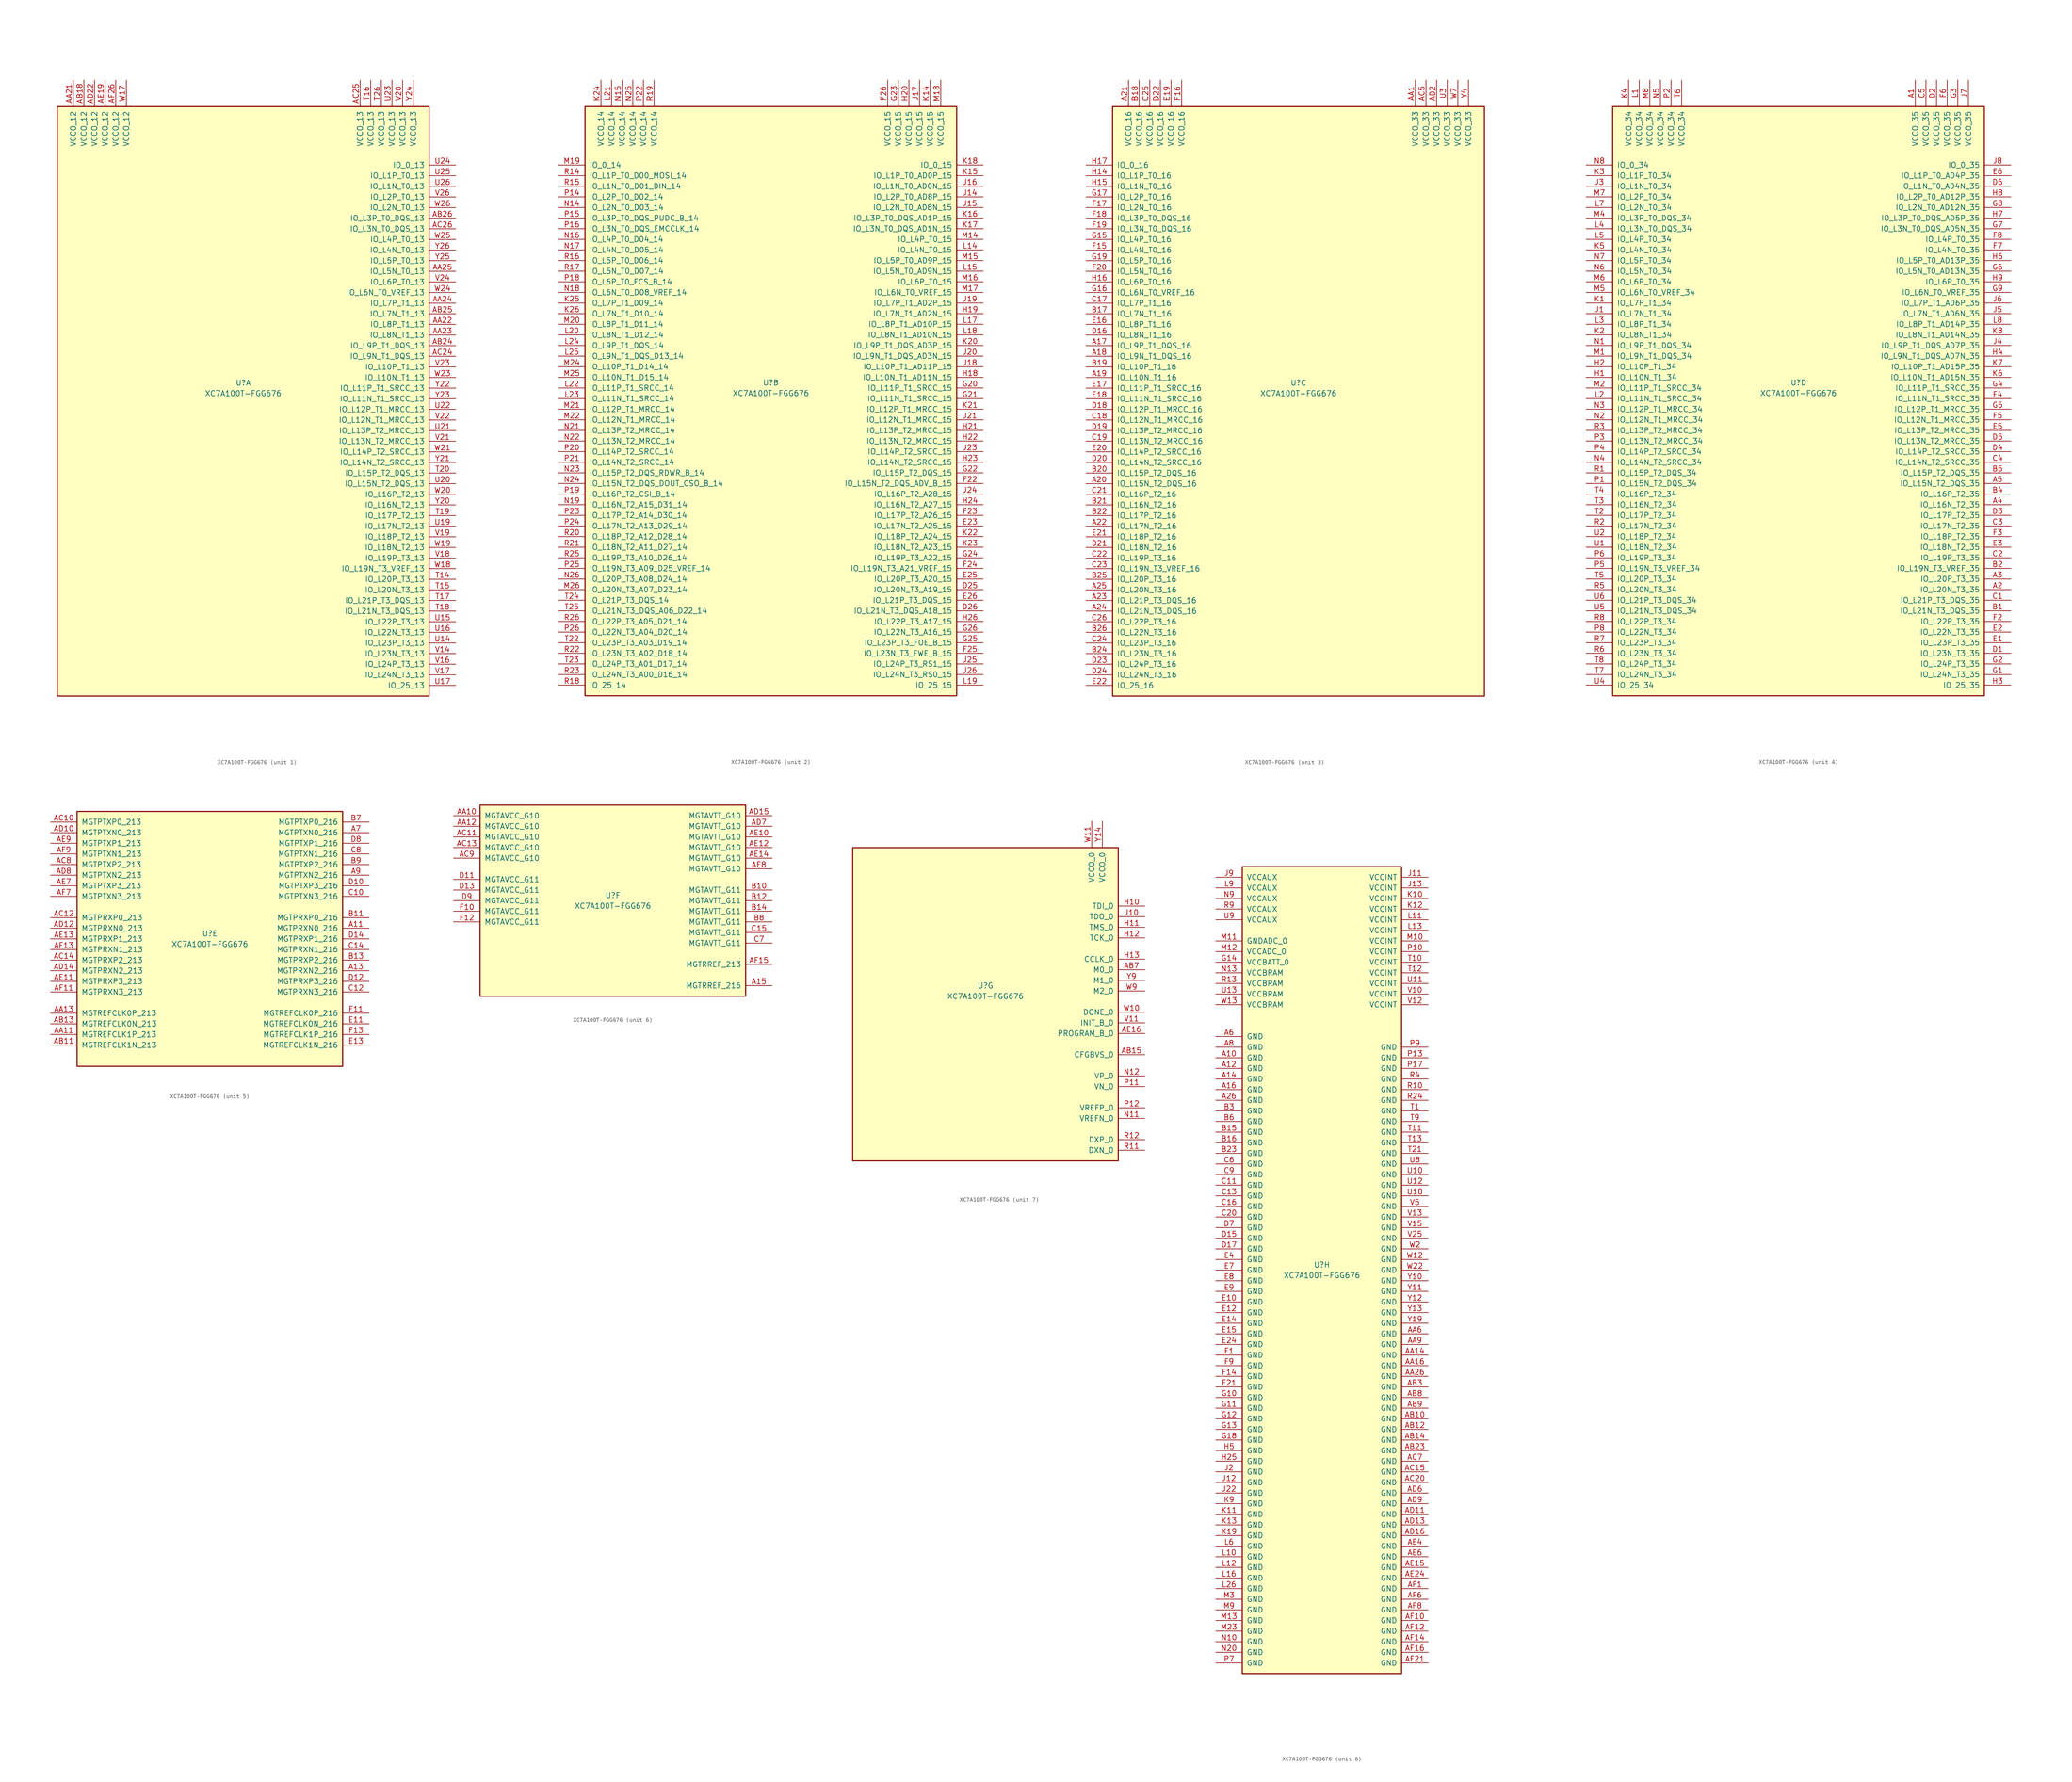
<source format=kicad_sym>
(kicad_symbol_lib
  (version 20201005)
  (generator kicad_symbol_editor)
  (symbol "FPGA_Xilinx_Artix7:XC7A100T-FGG676"
    (pin_names
      (offset 1.016))
    (property "Reference" "U"
      (at 0 1.27 0)
      (effects (font (size 1.27 1.27))))
    (property "Value" "XC7A100T-FGG676"
      (at 0 -1.27 0)
      (effects (font (size 1.27 1.27))))
    (property "Datasheet" ""
      (at 0 0 0)
      (effects (font (size 1.27 1.27))))
    (property "ki_locked" ""
      (at 0 0 0)
      (effects (font (size 1.27 1.27))))
    (symbol "XC7A100T-FGG676_1_1"
      (rectangle (start -44.45 67.31) (end 44.45 -73.66) (stroke (width 0.254)) (fill (type background)))
      (pin power_in line (at -40.64 73.66 270) (length 6.35) (name "VCCO_12" (effects (font (size 1.27 1.27)))) (number "AA21" (effects (font (size 1.27 1.27)))))
      (pin power_in line (at -38.1 73.66 270) (length 6.35) (name "VCCO_12" (effects (font (size 1.27 1.27)))) (number "AB18" (effects (font (size 1.27 1.27)))))
      (pin power_in line (at -35.56 73.66 270) (length 6.35) (name "VCCO_12" (effects (font (size 1.27 1.27)))) (number "AD22" (effects (font (size 1.27 1.27)))))
      (pin power_in line (at -33.02 73.66 270) (length 6.35) (name "VCCO_12" (effects (font (size 1.27 1.27)))) (number "AE19" (effects (font (size 1.27 1.27)))))
      (pin power_in line (at -30.48 73.66 270) (length 6.35) (name "VCCO_12" (effects (font (size 1.27 1.27)))) (number "AF26" (effects (font (size 1.27 1.27)))))
      (pin power_in line (at -27.94 73.66 270) (length 6.35) (name "VCCO_12" (effects (font (size 1.27 1.27)))) (number "W17" (effects (font (size 1.27 1.27)))))
      (pin power_in line (at 27.94 73.66 270) (length 6.35) (name "VCCO_13" (effects (font (size 1.27 1.27)))) (number "AC25" (effects (font (size 1.27 1.27)))))
      (pin power_in line (at 30.48 73.66 270) (length 6.35) (name "VCCO_13" (effects (font (size 1.27 1.27)))) (number "T16" (effects (font (size 1.27 1.27)))))
      (pin power_in line (at 33.02 73.66 270) (length 6.35) (name "VCCO_13" (effects (font (size 1.27 1.27)))) (number "T26" (effects (font (size 1.27 1.27)))))
      (pin power_in line (at 35.56 73.66 270) (length 6.35) (name "VCCO_13" (effects (font (size 1.27 1.27)))) (number "U23" (effects (font (size 1.27 1.27)))))
      (pin power_in line (at 38.1 73.66 270) (length 6.35) (name "VCCO_13" (effects (font (size 1.27 1.27)))) (number "V20" (effects (font (size 1.27 1.27)))))
      (pin power_in line (at 40.64 73.66 270) (length 6.35) (name "VCCO_13" (effects (font (size 1.27 1.27)))) (number "Y24" (effects (font (size 1.27 1.27)))))
      (pin bidirectional line (at 50.8 53.34 180) (length 6.35) (name "IO_0_13" (effects (font (size 1.27 1.27)))) (number "U24" (effects (font (size 1.27 1.27)))))
      (pin bidirectional line (at 50.8 50.8 180) (length 6.35) (name "IO_L1P_T0_13" (effects (font (size 1.27 1.27)))) (number "U25" (effects (font (size 1.27 1.27)))))
      (pin bidirectional line (at 50.8 48.26 180) (length 6.35) (name "IO_L1N_T0_13" (effects (font (size 1.27 1.27)))) (number "U26" (effects (font (size 1.27 1.27)))))
      (pin bidirectional line (at 50.8 45.72 180) (length 6.35) (name "IO_L2P_T0_13" (effects (font (size 1.27 1.27)))) (number "V26" (effects (font (size 1.27 1.27)))))
      (pin bidirectional line (at 50.8 43.18 180) (length 6.35) (name "IO_L2N_T0_13" (effects (font (size 1.27 1.27)))) (number "W26" (effects (font (size 1.27 1.27)))))
      (pin bidirectional line (at 50.8 40.64 180) (length 6.35) (name "IO_L3P_T0_DQS_13" (effects (font (size 1.27 1.27)))) (number "AB26" (effects (font (size 1.27 1.27)))))
      (pin bidirectional line (at 50.8 38.1 180) (length 6.35) (name "IO_L3N_T0_DQS_13" (effects (font (size 1.27 1.27)))) (number "AC26" (effects (font (size 1.27 1.27)))))
      (pin bidirectional line (at 50.8 35.56 180) (length 6.35) (name "IO_L4P_T0_13" (effects (font (size 1.27 1.27)))) (number "W25" (effects (font (size 1.27 1.27)))))
      (pin bidirectional line (at 50.8 33.02 180) (length 6.35) (name "IO_L4N_T0_13" (effects (font (size 1.27 1.27)))) (number "Y26" (effects (font (size 1.27 1.27)))))
      (pin bidirectional line (at 50.8 30.48 180) (length 6.35) (name "IO_L5P_T0_13" (effects (font (size 1.27 1.27)))) (number "Y25" (effects (font (size 1.27 1.27)))))
      (pin bidirectional line (at 50.8 27.94 180) (length 6.35) (name "IO_L5N_T0_13" (effects (font (size 1.27 1.27)))) (number "AA25" (effects (font (size 1.27 1.27)))))
      (pin bidirectional line (at 50.8 25.4 180) (length 6.35) (name "IO_L6P_T0_13" (effects (font (size 1.27 1.27)))) (number "V24" (effects (font (size 1.27 1.27)))))
      (pin bidirectional line (at 50.8 22.86 180) (length 6.35) (name "IO_L6N_T0_VREF_13" (effects (font (size 1.27 1.27)))) (number "W24" (effects (font (size 1.27 1.27)))))
      (pin bidirectional line (at 50.8 20.32 180) (length 6.35) (name "IO_L7P_T1_13" (effects (font (size 1.27 1.27)))) (number "AA24" (effects (font (size 1.27 1.27)))))
      (pin bidirectional line (at 50.8 17.78 180) (length 6.35) (name "IO_L7N_T1_13" (effects (font (size 1.27 1.27)))) (number "AB25" (effects (font (size 1.27 1.27)))))
      (pin bidirectional line (at 50.8 15.24 180) (length 6.35) (name "IO_L8P_T1_13" (effects (font (size 1.27 1.27)))) (number "AA22" (effects (font (size 1.27 1.27)))))
      (pin bidirectional line (at 50.8 12.7 180) (length 6.35) (name "IO_L8N_T1_13" (effects (font (size 1.27 1.27)))) (number "AA23" (effects (font (size 1.27 1.27)))))
      (pin bidirectional line (at 50.8 10.16 180) (length 6.35) (name "IO_L9P_T1_DQS_13" (effects (font (size 1.27 1.27)))) (number "AB24" (effects (font (size 1.27 1.27)))))
      (pin bidirectional line (at 50.8 7.62 180) (length 6.35) (name "IO_L9N_T1_DQS_13" (effects (font (size 1.27 1.27)))) (number "AC24" (effects (font (size 1.27 1.27)))))
      (pin bidirectional line (at 50.8 5.08 180) (length 6.35) (name "IO_L10P_T1_13" (effects (font (size 1.27 1.27)))) (number "V23" (effects (font (size 1.27 1.27)))))
      (pin bidirectional line (at 50.8 2.54 180) (length 6.35) (name "IO_L10N_T1_13" (effects (font (size 1.27 1.27)))) (number "W23" (effects (font (size 1.27 1.27)))))
      (pin bidirectional line (at 50.8 0 180) (length 6.35) (name "IO_L11P_T1_SRCC_13" (effects (font (size 1.27 1.27)))) (number "Y22" (effects (font (size 1.27 1.27)))))
      (pin bidirectional line (at 50.8 -2.54 180) (length 6.35) (name "IO_L11N_T1_SRCC_13" (effects (font (size 1.27 1.27)))) (number "Y23" (effects (font (size 1.27 1.27)))))
      (pin bidirectional line (at 50.8 -5.08 180) (length 6.35) (name "IO_L12P_T1_MRCC_13" (effects (font (size 1.27 1.27)))) (number "U22" (effects (font (size 1.27 1.27)))))
      (pin bidirectional line (at 50.8 -7.62 180) (length 6.35) (name "IO_L12N_T1_MRCC_13" (effects (font (size 1.27 1.27)))) (number "V22" (effects (font (size 1.27 1.27)))))
      (pin bidirectional line (at 50.8 -10.16 180) (length 6.35) (name "IO_L13P_T2_MRCC_13" (effects (font (size 1.27 1.27)))) (number "U21" (effects (font (size 1.27 1.27)))))
      (pin bidirectional line (at 50.8 -12.7 180) (length 6.35) (name "IO_L13N_T2_MRCC_13" (effects (font (size 1.27 1.27)))) (number "V21" (effects (font (size 1.27 1.27)))))
      (pin bidirectional line (at 50.8 -15.24 180) (length 6.35) (name "IO_L14P_T2_SRCC_13" (effects (font (size 1.27 1.27)))) (number "W21" (effects (font (size 1.27 1.27)))))
      (pin bidirectional line (at 50.8 -17.78 180) (length 6.35) (name "IO_L14N_T2_SRCC_13" (effects (font (size 1.27 1.27)))) (number "Y21" (effects (font (size 1.27 1.27)))))
      (pin bidirectional line (at 50.8 -20.32 180) (length 6.35) (name "IO_L15P_T2_DQS_13" (effects (font (size 1.27 1.27)))) (number "T20" (effects (font (size 1.27 1.27)))))
      (pin bidirectional line (at 50.8 -22.86 180) (length 6.35) (name "IO_L15N_T2_DQS_13" (effects (font (size 1.27 1.27)))) (number "U20" (effects (font (size 1.27 1.27)))))
      (pin bidirectional line (at 50.8 -25.4 180) (length 6.35) (name "IO_L16P_T2_13" (effects (font (size 1.27 1.27)))) (number "W20" (effects (font (size 1.27 1.27)))))
      (pin bidirectional line (at 50.8 -27.94 180) (length 6.35) (name "IO_L16N_T2_13" (effects (font (size 1.27 1.27)))) (number "Y20" (effects (font (size 1.27 1.27)))))
      (pin bidirectional line (at 50.8 -30.48 180) (length 6.35) (name "IO_L17P_T2_13" (effects (font (size 1.27 1.27)))) (number "T19" (effects (font (size 1.27 1.27)))))
      (pin bidirectional line (at 50.8 -33.02 180) (length 6.35) (name "IO_L17N_T2_13" (effects (font (size 1.27 1.27)))) (number "U19" (effects (font (size 1.27 1.27)))))
      (pin bidirectional line (at 50.8 -35.56 180) (length 6.35) (name "IO_L18P_T2_13" (effects (font (size 1.27 1.27)))) (number "V19" (effects (font (size 1.27 1.27)))))
      (pin bidirectional line (at 50.8 -38.1 180) (length 6.35) (name "IO_L18N_T2_13" (effects (font (size 1.27 1.27)))) (number "W19" (effects (font (size 1.27 1.27)))))
      (pin bidirectional line (at 50.8 -40.64 180) (length 6.35) (name "IO_L19P_T3_13" (effects (font (size 1.27 1.27)))) (number "V18" (effects (font (size 1.27 1.27)))))
      (pin bidirectional line (at 50.8 -43.18 180) (length 6.35) (name "IO_L19N_T3_VREF_13" (effects (font (size 1.27 1.27)))) (number "W18" (effects (font (size 1.27 1.27)))))
      (pin bidirectional line (at 50.8 -45.72 180) (length 6.35) (name "IO_L20P_T3_13" (effects (font (size 1.27 1.27)))) (number "T14" (effects (font (size 1.27 1.27)))))
      (pin bidirectional line (at 50.8 -48.26 180) (length 6.35) (name "IO_L20N_T3_13" (effects (font (size 1.27 1.27)))) (number "T15" (effects (font (size 1.27 1.27)))))
      (pin bidirectional line (at 50.8 -50.8 180) (length 6.35) (name "IO_L21P_T3_DQS_13" (effects (font (size 1.27 1.27)))) (number "T17" (effects (font (size 1.27 1.27)))))
      (pin bidirectional line (at 50.8 -53.34 180) (length 6.35) (name "IO_L21N_T3_DQS_13" (effects (font (size 1.27 1.27)))) (number "T18" (effects (font (size 1.27 1.27)))))
      (pin bidirectional line (at 50.8 -55.88 180) (length 6.35) (name "IO_L22P_T3_13" (effects (font (size 1.27 1.27)))) (number "U15" (effects (font (size 1.27 1.27)))))
      (pin bidirectional line (at 50.8 -58.42 180) (length 6.35) (name "IO_L22N_T3_13" (effects (font (size 1.27 1.27)))) (number "U16" (effects (font (size 1.27 1.27)))))
      (pin bidirectional line (at 50.8 -60.96 180) (length 6.35) (name "IO_L23P_T3_13" (effects (font (size 1.27 1.27)))) (number "U14" (effects (font (size 1.27 1.27)))))
      (pin bidirectional line (at 50.8 -63.5 180) (length 6.35) (name "IO_L23N_T3_13" (effects (font (size 1.27 1.27)))) (number "V14" (effects (font (size 1.27 1.27)))))
      (pin bidirectional line (at 50.8 -66.04 180) (length 6.35) (name "IO_L24P_T3_13" (effects (font (size 1.27 1.27)))) (number "V16" (effects (font (size 1.27 1.27)))))
      (pin bidirectional line (at 50.8 -68.58 180) (length 6.35) (name "IO_L24N_T3_13" (effects (font (size 1.27 1.27)))) (number "V17" (effects (font (size 1.27 1.27)))))
      (pin bidirectional line (at 50.8 -71.12 180) (length 6.35) (name "IO_25_13" (effects (font (size 1.27 1.27)))) (number "U17" (effects (font (size 1.27 1.27))))))
    (symbol "XC7A100T-FGG676_2_1"
      (rectangle (start -44.45 67.31) (end 44.45 -73.66) (stroke (width 0.254)) (fill (type background)))
      (pin power_in line (at -40.64 73.66 270) (length 6.35) (name "VCCO_14" (effects (font (size 1.27 1.27)))) (number "K24" (effects (font (size 1.27 1.27)))))
      (pin power_in line (at -38.1 73.66 270) (length 6.35) (name "VCCO_14" (effects (font (size 1.27 1.27)))) (number "L21" (effects (font (size 1.27 1.27)))))
      (pin power_in line (at -35.56 73.66 270) (length 6.35) (name "VCCO_14" (effects (font (size 1.27 1.27)))) (number "N15" (effects (font (size 1.27 1.27)))))
      (pin power_in line (at -33.02 73.66 270) (length 6.35) (name "VCCO_14" (effects (font (size 1.27 1.27)))) (number "N25" (effects (font (size 1.27 1.27)))))
      (pin power_in line (at -30.48 73.66 270) (length 6.35) (name "VCCO_14" (effects (font (size 1.27 1.27)))) (number "P22" (effects (font (size 1.27 1.27)))))
      (pin power_in line (at -27.94 73.66 270) (length 6.35) (name "VCCO_14" (effects (font (size 1.27 1.27)))) (number "R19" (effects (font (size 1.27 1.27)))))
      (pin bidirectional line (at -50.8 53.34 0) (length 6.35) (name "IO_0_14" (effects (font (size 1.27 1.27)))) (number "M19" (effects (font (size 1.27 1.27)))))
      (pin bidirectional line (at -50.8 50.8 0) (length 6.35) (name "IO_L1P_T0_D00_MOSI_14" (effects (font (size 1.27 1.27)))) (number "R14" (effects (font (size 1.27 1.27)))))
      (pin bidirectional line (at -50.8 48.26 0) (length 6.35) (name "IO_L1N_T0_D01_DIN_14" (effects (font (size 1.27 1.27)))) (number "R15" (effects (font (size 1.27 1.27)))))
      (pin bidirectional line (at -50.8 45.72 0) (length 6.35) (name "IO_L2P_T0_D02_14" (effects (font (size 1.27 1.27)))) (number "P14" (effects (font (size 1.27 1.27)))))
      (pin bidirectional line (at -50.8 43.18 0) (length 6.35) (name "IO_L2N_T0_D03_14" (effects (font (size 1.27 1.27)))) (number "N14" (effects (font (size 1.27 1.27)))))
      (pin bidirectional line (at -50.8 40.64 0) (length 6.35) (name "IO_L3P_T0_DQS_PUDC_B_14" (effects (font (size 1.27 1.27)))) (number "P15" (effects (font (size 1.27 1.27)))))
      (pin bidirectional line (at -50.8 38.1 0) (length 6.35) (name "IO_L3N_T0_DQS_EMCCLK_14" (effects (font (size 1.27 1.27)))) (number "P16" (effects (font (size 1.27 1.27)))))
      (pin bidirectional line (at -50.8 35.56 0) (length 6.35) (name "IO_L4P_T0_D04_14" (effects (font (size 1.27 1.27)))) (number "N16" (effects (font (size 1.27 1.27)))))
      (pin bidirectional line (at -50.8 33.02 0) (length 6.35) (name "IO_L4N_T0_D05_14" (effects (font (size 1.27 1.27)))) (number "N17" (effects (font (size 1.27 1.27)))))
      (pin bidirectional line (at -50.8 30.48 0) (length 6.35) (name "IO_L5P_T0_D06_14" (effects (font (size 1.27 1.27)))) (number "R16" (effects (font (size 1.27 1.27)))))
      (pin bidirectional line (at -50.8 27.94 0) (length 6.35) (name "IO_L5N_T0_D07_14" (effects (font (size 1.27 1.27)))) (number "R17" (effects (font (size 1.27 1.27)))))
      (pin bidirectional line (at -50.8 25.4 0) (length 6.35) (name "IO_L6P_T0_FCS_B_14" (effects (font (size 1.27 1.27)))) (number "P18" (effects (font (size 1.27 1.27)))))
      (pin bidirectional line (at -50.8 22.86 0) (length 6.35) (name "IO_L6N_T0_D08_VREF_14" (effects (font (size 1.27 1.27)))) (number "N18" (effects (font (size 1.27 1.27)))))
      (pin bidirectional line (at -50.8 20.32 0) (length 6.35) (name "IO_L7P_T1_D09_14" (effects (font (size 1.27 1.27)))) (number "K25" (effects (font (size 1.27 1.27)))))
      (pin bidirectional line (at -50.8 17.78 0) (length 6.35) (name "IO_L7N_T1_D10_14" (effects (font (size 1.27 1.27)))) (number "K26" (effects (font (size 1.27 1.27)))))
      (pin bidirectional line (at -50.8 15.24 0) (length 6.35) (name "IO_L8P_T1_D11_14" (effects (font (size 1.27 1.27)))) (number "M20" (effects (font (size 1.27 1.27)))))
      (pin bidirectional line (at -50.8 12.7 0) (length 6.35) (name "IO_L8N_T1_D12_14" (effects (font (size 1.27 1.27)))) (number "L20" (effects (font (size 1.27 1.27)))))
      (pin bidirectional line (at -50.8 10.16 0) (length 6.35) (name "IO_L9P_T1_DQS_14" (effects (font (size 1.27 1.27)))) (number "L24" (effects (font (size 1.27 1.27)))))
      (pin bidirectional line (at -50.8 7.62 0) (length 6.35) (name "IO_L9N_T1_DQS_D13_14" (effects (font (size 1.27 1.27)))) (number "L25" (effects (font (size 1.27 1.27)))))
      (pin bidirectional line (at -50.8 5.08 0) (length 6.35) (name "IO_L10P_T1_D14_14" (effects (font (size 1.27 1.27)))) (number "M24" (effects (font (size 1.27 1.27)))))
      (pin bidirectional line (at -50.8 2.54 0) (length 6.35) (name "IO_L10N_T1_D15_14" (effects (font (size 1.27 1.27)))) (number "M25" (effects (font (size 1.27 1.27)))))
      (pin bidirectional line (at -50.8 0 0) (length 6.35) (name "IO_L11P_T1_SRCC_14" (effects (font (size 1.27 1.27)))) (number "L22" (effects (font (size 1.27 1.27)))))
      (pin bidirectional line (at -50.8 -2.54 0) (length 6.35) (name "IO_L11N_T1_SRCC_14" (effects (font (size 1.27 1.27)))) (number "L23" (effects (font (size 1.27 1.27)))))
      (pin bidirectional line (at -50.8 -5.08 0) (length 6.35) (name "IO_L12P_T1_MRCC_14" (effects (font (size 1.27 1.27)))) (number "M21" (effects (font (size 1.27 1.27)))))
      (pin bidirectional line (at -50.8 -7.62 0) (length 6.35) (name "IO_L12N_T1_MRCC_14" (effects (font (size 1.27 1.27)))) (number "M22" (effects (font (size 1.27 1.27)))))
      (pin bidirectional line (at -50.8 -10.16 0) (length 6.35) (name "IO_L13P_T2_MRCC_14" (effects (font (size 1.27 1.27)))) (number "N21" (effects (font (size 1.27 1.27)))))
      (pin bidirectional line (at -50.8 -12.7 0) (length 6.35) (name "IO_L13N_T2_MRCC_14" (effects (font (size 1.27 1.27)))) (number "N22" (effects (font (size 1.27 1.27)))))
      (pin bidirectional line (at -50.8 -15.24 0) (length 6.35) (name "IO_L14P_T2_SRCC_14" (effects (font (size 1.27 1.27)))) (number "P20" (effects (font (size 1.27 1.27)))))
      (pin bidirectional line (at -50.8 -17.78 0) (length 6.35) (name "IO_L14N_T2_SRCC_14" (effects (font (size 1.27 1.27)))) (number "P21" (effects (font (size 1.27 1.27)))))
      (pin bidirectional line (at -50.8 -20.32 0) (length 6.35) (name "IO_L15P_T2_DQS_RDWR_B_14" (effects (font (size 1.27 1.27)))) (number "N23" (effects (font (size 1.27 1.27)))))
      (pin bidirectional line (at -50.8 -22.86 0) (length 6.35) (name "IO_L15N_T2_DQS_DOUT_CSO_B_14" (effects (font (size 1.27 1.27)))) (number "N24" (effects (font (size 1.27 1.27)))))
      (pin bidirectional line (at -50.8 -25.4 0) (length 6.35) (name "IO_L16P_T2_CSI_B_14" (effects (font (size 1.27 1.27)))) (number "P19" (effects (font (size 1.27 1.27)))))
      (pin bidirectional line (at -50.8 -27.94 0) (length 6.35) (name "IO_L16N_T2_A15_D31_14" (effects (font (size 1.27 1.27)))) (number "N19" (effects (font (size 1.27 1.27)))))
      (pin bidirectional line (at -50.8 -30.48 0) (length 6.35) (name "IO_L17P_T2_A14_D30_14" (effects (font (size 1.27 1.27)))) (number "P23" (effects (font (size 1.27 1.27)))))
      (pin bidirectional line (at -50.8 -33.02 0) (length 6.35) (name "IO_L17N_T2_A13_D29_14" (effects (font (size 1.27 1.27)))) (number "P24" (effects (font (size 1.27 1.27)))))
      (pin bidirectional line (at -50.8 -35.56 0) (length 6.35) (name "IO_L18P_T2_A12_D28_14" (effects (font (size 1.27 1.27)))) (number "R20" (effects (font (size 1.27 1.27)))))
      (pin bidirectional line (at -50.8 -38.1 0) (length 6.35) (name "IO_L18N_T2_A11_D27_14" (effects (font (size 1.27 1.27)))) (number "R21" (effects (font (size 1.27 1.27)))))
      (pin bidirectional line (at -50.8 -40.64 0) (length 6.35) (name "IO_L19P_T3_A10_D26_14" (effects (font (size 1.27 1.27)))) (number "R25" (effects (font (size 1.27 1.27)))))
      (pin bidirectional line (at -50.8 -43.18 0) (length 6.35) (name "IO_L19N_T3_A09_D25_VREF_14" (effects (font (size 1.27 1.27)))) (number "P25" (effects (font (size 1.27 1.27)))))
      (pin bidirectional line (at -50.8 -45.72 0) (length 6.35) (name "IO_L20P_T3_A08_D24_14" (effects (font (size 1.27 1.27)))) (number "N26" (effects (font (size 1.27 1.27)))))
      (pin bidirectional line (at -50.8 -48.26 0) (length 6.35) (name "IO_L20N_T3_A07_D23_14" (effects (font (size 1.27 1.27)))) (number "M26" (effects (font (size 1.27 1.27)))))
      (pin bidirectional line (at -50.8 -50.8 0) (length 6.35) (name "IO_L21P_T3_DQS_14" (effects (font (size 1.27 1.27)))) (number "T24" (effects (font (size 1.27 1.27)))))
      (pin bidirectional line (at -50.8 -53.34 0) (length 6.35) (name "IO_L21N_T3_DQS_A06_D22_14" (effects (font (size 1.27 1.27)))) (number "T25" (effects (font (size 1.27 1.27)))))
      (pin bidirectional line (at -50.8 -55.88 0) (length 6.35) (name "IO_L22P_T3_A05_D21_14" (effects (font (size 1.27 1.27)))) (number "R26" (effects (font (size 1.27 1.27)))))
      (pin bidirectional line (at -50.8 -58.42 0) (length 6.35) (name "IO_L22N_T3_A04_D20_14" (effects (font (size 1.27 1.27)))) (number "P26" (effects (font (size 1.27 1.27)))))
      (pin bidirectional line (at -50.8 -60.96 0) (length 6.35) (name "IO_L23P_T3_A03_D19_14" (effects (font (size 1.27 1.27)))) (number "T22" (effects (font (size 1.27 1.27)))))
      (pin bidirectional line (at -50.8 -63.5 0) (length 6.35) (name "IO_L23N_T3_A02_D18_14" (effects (font (size 1.27 1.27)))) (number "R22" (effects (font (size 1.27 1.27)))))
      (pin bidirectional line (at -50.8 -66.04 0) (length 6.35) (name "IO_L24P_T3_A01_D17_14" (effects (font (size 1.27 1.27)))) (number "T23" (effects (font (size 1.27 1.27)))))
      (pin bidirectional line (at -50.8 -68.58 0) (length 6.35) (name "IO_L24N_T3_A00_D16_14" (effects (font (size 1.27 1.27)))) (number "R23" (effects (font (size 1.27 1.27)))))
      (pin bidirectional line (at -50.8 -71.12 0) (length 6.35) (name "IO_25_14" (effects (font (size 1.27 1.27)))) (number "R18" (effects (font (size 1.27 1.27)))))
      (pin power_in line (at 27.94 73.66 270) (length 6.35) (name "VCCO_15" (effects (font (size 1.27 1.27)))) (number "F26" (effects (font (size 1.27 1.27)))))
      (pin power_in line (at 30.48 73.66 270) (length 6.35) (name "VCCO_15" (effects (font (size 1.27 1.27)))) (number "G23" (effects (font (size 1.27 1.27)))))
      (pin power_in line (at 33.02 73.66 270) (length 6.35) (name "VCCO_15" (effects (font (size 1.27 1.27)))) (number "H20" (effects (font (size 1.27 1.27)))))
      (pin power_in line (at 35.56 73.66 270) (length 6.35) (name "VCCO_15" (effects (font (size 1.27 1.27)))) (number "J17" (effects (font (size 1.27 1.27)))))
      (pin power_in line (at 38.1 73.66 270) (length 6.35) (name "VCCO_15" (effects (font (size 1.27 1.27)))) (number "K14" (effects (font (size 1.27 1.27)))))
      (pin power_in line (at 40.64 73.66 270) (length 6.35) (name "VCCO_15" (effects (font (size 1.27 1.27)))) (number "M18" (effects (font (size 1.27 1.27)))))
      (pin bidirectional line (at 50.8 53.34 180) (length 6.35) (name "IO_0_15" (effects (font (size 1.27 1.27)))) (number "K18" (effects (font (size 1.27 1.27)))))
      (pin bidirectional line (at 50.8 50.8 180) (length 6.35) (name "IO_L1P_T0_AD0P_15" (effects (font (size 1.27 1.27)))) (number "K15" (effects (font (size 1.27 1.27)))))
      (pin bidirectional line (at 50.8 48.26 180) (length 6.35) (name "IO_L1N_T0_AD0N_15" (effects (font (size 1.27 1.27)))) (number "J16" (effects (font (size 1.27 1.27)))))
      (pin bidirectional line (at 50.8 45.72 180) (length 6.35) (name "IO_L2P_T0_AD8P_15" (effects (font (size 1.27 1.27)))) (number "J14" (effects (font (size 1.27 1.27)))))
      (pin bidirectional line (at 50.8 43.18 180) (length 6.35) (name "IO_L2N_T0_AD8N_15" (effects (font (size 1.27 1.27)))) (number "J15" (effects (font (size 1.27 1.27)))))
      (pin bidirectional line (at 50.8 40.64 180) (length 6.35) (name "IO_L3P_T0_DQS_AD1P_15" (effects (font (size 1.27 1.27)))) (number "K16" (effects (font (size 1.27 1.27)))))
      (pin bidirectional line (at 50.8 38.1 180) (length 6.35) (name "IO_L3N_T0_DQS_AD1N_15" (effects (font (size 1.27 1.27)))) (number "K17" (effects (font (size 1.27 1.27)))))
      (pin bidirectional line (at 50.8 35.56 180) (length 6.35) (name "IO_L4P_T0_15" (effects (font (size 1.27 1.27)))) (number "M14" (effects (font (size 1.27 1.27)))))
      (pin bidirectional line (at 50.8 33.02 180) (length 6.35) (name "IO_L4N_T0_15" (effects (font (size 1.27 1.27)))) (number "L14" (effects (font (size 1.27 1.27)))))
      (pin bidirectional line (at 50.8 30.48 180) (length 6.35) (name "IO_L5P_T0_AD9P_15" (effects (font (size 1.27 1.27)))) (number "M15" (effects (font (size 1.27 1.27)))))
      (pin bidirectional line (at 50.8 27.94 180) (length 6.35) (name "IO_L5N_T0_AD9N_15" (effects (font (size 1.27 1.27)))) (number "L15" (effects (font (size 1.27 1.27)))))
      (pin bidirectional line (at 50.8 25.4 180) (length 6.35) (name "IO_L6P_T0_15" (effects (font (size 1.27 1.27)))) (number "M16" (effects (font (size 1.27 1.27)))))
      (pin bidirectional line (at 50.8 22.86 180) (length 6.35) (name "IO_L6N_T0_VREF_15" (effects (font (size 1.27 1.27)))) (number "M17" (effects (font (size 1.27 1.27)))))
      (pin bidirectional line (at 50.8 20.32 180) (length 6.35) (name "IO_L7P_T1_AD2P_15" (effects (font (size 1.27 1.27)))) (number "J19" (effects (font (size 1.27 1.27)))))
      (pin bidirectional line (at 50.8 17.78 180) (length 6.35) (name "IO_L7N_T1_AD2N_15" (effects (font (size 1.27 1.27)))) (number "H19" (effects (font (size 1.27 1.27)))))
      (pin bidirectional line (at 50.8 15.24 180) (length 6.35) (name "IO_L8P_T1_AD10P_15" (effects (font (size 1.27 1.27)))) (number "L17" (effects (font (size 1.27 1.27)))))
      (pin bidirectional line (at 50.8 12.7 180) (length 6.35) (name "IO_L8N_T1_AD10N_15" (effects (font (size 1.27 1.27)))) (number "L18" (effects (font (size 1.27 1.27)))))
      (pin bidirectional line (at 50.8 10.16 180) (length 6.35) (name "IO_L9P_T1_DQS_AD3P_15" (effects (font (size 1.27 1.27)))) (number "K20" (effects (font (size 1.27 1.27)))))
      (pin bidirectional line (at 50.8 7.62 180) (length 6.35) (name "IO_L9N_T1_DQS_AD3N_15" (effects (font (size 1.27 1.27)))) (number "J20" (effects (font (size 1.27 1.27)))))
      (pin bidirectional line (at 50.8 5.08 180) (length 6.35) (name "IO_L10P_T1_AD11P_15" (effects (font (size 1.27 1.27)))) (number "J18" (effects (font (size 1.27 1.27)))))
      (pin bidirectional line (at 50.8 2.54 180) (length 6.35) (name "IO_L10N_T1_AD11N_15" (effects (font (size 1.27 1.27)))) (number "H18" (effects (font (size 1.27 1.27)))))
      (pin bidirectional line (at 50.8 0 180) (length 6.35) (name "IO_L11P_T1_SRCC_15" (effects (font (size 1.27 1.27)))) (number "G20" (effects (font (size 1.27 1.27)))))
      (pin bidirectional line (at 50.8 -2.54 180) (length 6.35) (name "IO_L11N_T1_SRCC_15" (effects (font (size 1.27 1.27)))) (number "G21" (effects (font (size 1.27 1.27)))))
      (pin bidirectional line (at 50.8 -5.08 180) (length 6.35) (name "IO_L12P_T1_MRCC_15" (effects (font (size 1.27 1.27)))) (number "K21" (effects (font (size 1.27 1.27)))))
      (pin bidirectional line (at 50.8 -7.62 180) (length 6.35) (name "IO_L12N_T1_MRCC_15" (effects (font (size 1.27 1.27)))) (number "J21" (effects (font (size 1.27 1.27)))))
      (pin bidirectional line (at 50.8 -10.16 180) (length 6.35) (name "IO_L13P_T2_MRCC_15" (effects (font (size 1.27 1.27)))) (number "H21" (effects (font (size 1.27 1.27)))))
      (pin bidirectional line (at 50.8 -12.7 180) (length 6.35) (name "IO_L13N_T2_MRCC_15" (effects (font (size 1.27 1.27)))) (number "H22" (effects (font (size 1.27 1.27)))))
      (pin bidirectional line (at 50.8 -15.24 180) (length 6.35) (name "IO_L14P_T2_SRCC_15" (effects (font (size 1.27 1.27)))) (number "J23" (effects (font (size 1.27 1.27)))))
      (pin bidirectional line (at 50.8 -17.78 180) (length 6.35) (name "IO_L14N_T2_SRCC_15" (effects (font (size 1.27 1.27)))) (number "H23" (effects (font (size 1.27 1.27)))))
      (pin bidirectional line (at 50.8 -20.32 180) (length 6.35) (name "IO_L15P_T2_DQS_15" (effects (font (size 1.27 1.27)))) (number "G22" (effects (font (size 1.27 1.27)))))
      (pin bidirectional line (at 50.8 -22.86 180) (length 6.35) (name "IO_L15N_T2_DQS_ADV_B_15" (effects (font (size 1.27 1.27)))) (number "F22" (effects (font (size 1.27 1.27)))))
      (pin bidirectional line (at 50.8 -25.4 180) (length 6.35) (name "IO_L16P_T2_A28_15" (effects (font (size 1.27 1.27)))) (number "J24" (effects (font (size 1.27 1.27)))))
      (pin bidirectional line (at 50.8 -27.94 180) (length 6.35) (name "IO_L16N_T2_A27_15" (effects (font (size 1.27 1.27)))) (number "H24" (effects (font (size 1.27 1.27)))))
      (pin bidirectional line (at 50.8 -30.48 180) (length 6.35) (name "IO_L17P_T2_A26_15" (effects (font (size 1.27 1.27)))) (number "F23" (effects (font (size 1.27 1.27)))))
      (pin bidirectional line (at 50.8 -33.02 180) (length 6.35) (name "IO_L17N_T2_A25_15" (effects (font (size 1.27 1.27)))) (number "E23" (effects (font (size 1.27 1.27)))))
      (pin bidirectional line (at 50.8 -35.56 180) (length 6.35) (name "IO_L18P_T2_A24_15" (effects (font (size 1.27 1.27)))) (number "K22" (effects (font (size 1.27 1.27)))))
      (pin bidirectional line (at 50.8 -38.1 180) (length 6.35) (name "IO_L18N_T2_A23_15" (effects (font (size 1.27 1.27)))) (number "K23" (effects (font (size 1.27 1.27)))))
      (pin bidirectional line (at 50.8 -40.64 180) (length 6.35) (name "IO_L19P_T3_A22_15" (effects (font (size 1.27 1.27)))) (number "G24" (effects (font (size 1.27 1.27)))))
      (pin bidirectional line (at 50.8 -43.18 180) (length 6.35) (name "IO_L19N_T3_A21_VREF_15" (effects (font (size 1.27 1.27)))) (number "F24" (effects (font (size 1.27 1.27)))))
      (pin bidirectional line (at 50.8 -45.72 180) (length 6.35) (name "IO_L20P_T3_A20_15" (effects (font (size 1.27 1.27)))) (number "E25" (effects (font (size 1.27 1.27)))))
      (pin bidirectional line (at 50.8 -48.26 180) (length 6.35) (name "IO_L20N_T3_A19_15" (effects (font (size 1.27 1.27)))) (number "D25" (effects (font (size 1.27 1.27)))))
      (pin bidirectional line (at 50.8 -50.8 180) (length 6.35) (name "IO_L21P_T3_DQS_15" (effects (font (size 1.27 1.27)))) (number "E26" (effects (font (size 1.27 1.27)))))
      (pin bidirectional line (at 50.8 -53.34 180) (length 6.35) (name "IO_L21N_T3_DQS_A18_15" (effects (font (size 1.27 1.27)))) (number "D26" (effects (font (size 1.27 1.27)))))
      (pin bidirectional line (at 50.8 -55.88 180) (length 6.35) (name "IO_L22P_T3_A17_15" (effects (font (size 1.27 1.27)))) (number "H26" (effects (font (size 1.27 1.27)))))
      (pin bidirectional line (at 50.8 -58.42 180) (length 6.35) (name "IO_L22N_T3_A16_15" (effects (font (size 1.27 1.27)))) (number "G26" (effects (font (size 1.27 1.27)))))
      (pin bidirectional line (at 50.8 -60.96 180) (length 6.35) (name "IO_L23P_T3_FOE_B_15" (effects (font (size 1.27 1.27)))) (number "G25" (effects (font (size 1.27 1.27)))))
      (pin bidirectional line (at 50.8 -63.5 180) (length 6.35) (name "IO_L23N_T3_FWE_B_15" (effects (font (size 1.27 1.27)))) (number "F25" (effects (font (size 1.27 1.27)))))
      (pin bidirectional line (at 50.8 -66.04 180) (length 6.35) (name "IO_L24P_T3_RS1_15" (effects (font (size 1.27 1.27)))) (number "J25" (effects (font (size 1.27 1.27)))))
      (pin bidirectional line (at 50.8 -68.58 180) (length 6.35) (name "IO_L24N_T3_RS0_15" (effects (font (size 1.27 1.27)))) (number "J26" (effects (font (size 1.27 1.27)))))
      (pin bidirectional line (at 50.8 -71.12 180) (length 6.35) (name "IO_25_15" (effects (font (size 1.27 1.27)))) (number "L19" (effects (font (size 1.27 1.27))))))
    (symbol "XC7A100T-FGG676_3_1"
      (rectangle (start -44.45 67.31) (end 44.45 -73.66) (stroke (width 0.254)) (fill (type background)))
      (pin power_in line (at -40.64 73.66 270) (length 6.35) (name "VCCO_16" (effects (font (size 1.27 1.27)))) (number "A21" (effects (font (size 1.27 1.27)))))
      (pin power_in line (at -38.1 73.66 270) (length 6.35) (name "VCCO_16" (effects (font (size 1.27 1.27)))) (number "B18" (effects (font (size 1.27 1.27)))))
      (pin power_in line (at -35.56 73.66 270) (length 6.35) (name "VCCO_16" (effects (font (size 1.27 1.27)))) (number "C25" (effects (font (size 1.27 1.27)))))
      (pin power_in line (at -33.02 73.66 270) (length 6.35) (name "VCCO_16" (effects (font (size 1.27 1.27)))) (number "D22" (effects (font (size 1.27 1.27)))))
      (pin power_in line (at -30.48 73.66 270) (length 6.35) (name "VCCO_16" (effects (font (size 1.27 1.27)))) (number "E19" (effects (font (size 1.27 1.27)))))
      (pin power_in line (at -27.94 73.66 270) (length 6.35) (name "VCCO_16" (effects (font (size 1.27 1.27)))) (number "F16" (effects (font (size 1.27 1.27)))))
      (pin bidirectional line (at -50.8 53.34 0) (length 6.35) (name "IO_0_16" (effects (font (size 1.27 1.27)))) (number "H17" (effects (font (size 1.27 1.27)))))
      (pin bidirectional line (at -50.8 50.8 0) (length 6.35) (name "IO_L1P_T0_16" (effects (font (size 1.27 1.27)))) (number "H14" (effects (font (size 1.27 1.27)))))
      (pin bidirectional line (at -50.8 48.26 0) (length 6.35) (name "IO_L1N_T0_16" (effects (font (size 1.27 1.27)))) (number "H15" (effects (font (size 1.27 1.27)))))
      (pin bidirectional line (at -50.8 45.72 0) (length 6.35) (name "IO_L2P_T0_16" (effects (font (size 1.27 1.27)))) (number "G17" (effects (font (size 1.27 1.27)))))
      (pin bidirectional line (at -50.8 43.18 0) (length 6.35) (name "IO_L2N_T0_16" (effects (font (size 1.27 1.27)))) (number "F17" (effects (font (size 1.27 1.27)))))
      (pin bidirectional line (at -50.8 40.64 0) (length 6.35) (name "IO_L3P_T0_DQS_16" (effects (font (size 1.27 1.27)))) (number "F18" (effects (font (size 1.27 1.27)))))
      (pin bidirectional line (at -50.8 38.1 0) (length 6.35) (name "IO_L3N_T0_DQS_16" (effects (font (size 1.27 1.27)))) (number "F19" (effects (font (size 1.27 1.27)))))
      (pin bidirectional line (at -50.8 35.56 0) (length 6.35) (name "IO_L4P_T0_16" (effects (font (size 1.27 1.27)))) (number "G15" (effects (font (size 1.27 1.27)))))
      (pin bidirectional line (at -50.8 33.02 0) (length 6.35) (name "IO_L4N_T0_16" (effects (font (size 1.27 1.27)))) (number "F15" (effects (font (size 1.27 1.27)))))
      (pin bidirectional line (at -50.8 30.48 0) (length 6.35) (name "IO_L5P_T0_16" (effects (font (size 1.27 1.27)))) (number "G19" (effects (font (size 1.27 1.27)))))
      (pin bidirectional line (at -50.8 27.94 0) (length 6.35) (name "IO_L5N_T0_16" (effects (font (size 1.27 1.27)))) (number "F20" (effects (font (size 1.27 1.27)))))
      (pin bidirectional line (at -50.8 25.4 0) (length 6.35) (name "IO_L6P_T0_16" (effects (font (size 1.27 1.27)))) (number "H16" (effects (font (size 1.27 1.27)))))
      (pin bidirectional line (at -50.8 22.86 0) (length 6.35) (name "IO_L6N_T0_VREF_16" (effects (font (size 1.27 1.27)))) (number "G16" (effects (font (size 1.27 1.27)))))
      (pin bidirectional line (at -50.8 20.32 0) (length 6.35) (name "IO_L7P_T1_16" (effects (font (size 1.27 1.27)))) (number "C17" (effects (font (size 1.27 1.27)))))
      (pin bidirectional line (at -50.8 17.78 0) (length 6.35) (name "IO_L7N_T1_16" (effects (font (size 1.27 1.27)))) (number "B17" (effects (font (size 1.27 1.27)))))
      (pin bidirectional line (at -50.8 15.24 0) (length 6.35) (name "IO_L8P_T1_16" (effects (font (size 1.27 1.27)))) (number "E16" (effects (font (size 1.27 1.27)))))
      (pin bidirectional line (at -50.8 12.7 0) (length 6.35) (name "IO_L8N_T1_16" (effects (font (size 1.27 1.27)))) (number "D16" (effects (font (size 1.27 1.27)))))
      (pin bidirectional line (at -50.8 10.16 0) (length 6.35) (name "IO_L9P_T1_DQS_16" (effects (font (size 1.27 1.27)))) (number "A17" (effects (font (size 1.27 1.27)))))
      (pin bidirectional line (at -50.8 7.62 0) (length 6.35) (name "IO_L9N_T1_DQS_16" (effects (font (size 1.27 1.27)))) (number "A18" (effects (font (size 1.27 1.27)))))
      (pin bidirectional line (at -50.8 5.08 0) (length 6.35) (name "IO_L10P_T1_16" (effects (font (size 1.27 1.27)))) (number "B19" (effects (font (size 1.27 1.27)))))
      (pin bidirectional line (at -50.8 2.54 0) (length 6.35) (name "IO_L10N_T1_16" (effects (font (size 1.27 1.27)))) (number "A19" (effects (font (size 1.27 1.27)))))
      (pin bidirectional line (at -50.8 0 0) (length 6.35) (name "IO_L11P_T1_SRCC_16" (effects (font (size 1.27 1.27)))) (number "E17" (effects (font (size 1.27 1.27)))))
      (pin bidirectional line (at -50.8 -2.54 0) (length 6.35) (name "IO_L11N_T1_SRCC_16" (effects (font (size 1.27 1.27)))) (number "E18" (effects (font (size 1.27 1.27)))))
      (pin bidirectional line (at -50.8 -5.08 0) (length 6.35) (name "IO_L12P_T1_MRCC_16" (effects (font (size 1.27 1.27)))) (number "D18" (effects (font (size 1.27 1.27)))))
      (pin bidirectional line (at -50.8 -7.62 0) (length 6.35) (name "IO_L12N_T1_MRCC_16" (effects (font (size 1.27 1.27)))) (number "C18" (effects (font (size 1.27 1.27)))))
      (pin bidirectional line (at -50.8 -10.16 0) (length 6.35) (name "IO_L13P_T2_MRCC_16" (effects (font (size 1.27 1.27)))) (number "D19" (effects (font (size 1.27 1.27)))))
      (pin bidirectional line (at -50.8 -12.7 0) (length 6.35) (name "IO_L13N_T2_MRCC_16" (effects (font (size 1.27 1.27)))) (number "C19" (effects (font (size 1.27 1.27)))))
      (pin bidirectional line (at -50.8 -15.24 0) (length 6.35) (name "IO_L14P_T2_SRCC_16" (effects (font (size 1.27 1.27)))) (number "E20" (effects (font (size 1.27 1.27)))))
      (pin bidirectional line (at -50.8 -17.78 0) (length 6.35) (name "IO_L14N_T2_SRCC_16" (effects (font (size 1.27 1.27)))) (number "D20" (effects (font (size 1.27 1.27)))))
      (pin bidirectional line (at -50.8 -20.32 0) (length 6.35) (name "IO_L15P_T2_DQS_16" (effects (font (size 1.27 1.27)))) (number "B20" (effects (font (size 1.27 1.27)))))
      (pin bidirectional line (at -50.8 -22.86 0) (length 6.35) (name "IO_L15N_T2_DQS_16" (effects (font (size 1.27 1.27)))) (number "A20" (effects (font (size 1.27 1.27)))))
      (pin bidirectional line (at -50.8 -25.4 0) (length 6.35) (name "IO_L16P_T2_16" (effects (font (size 1.27 1.27)))) (number "C21" (effects (font (size 1.27 1.27)))))
      (pin bidirectional line (at -50.8 -27.94 0) (length 6.35) (name "IO_L16N_T2_16" (effects (font (size 1.27 1.27)))) (number "B21" (effects (font (size 1.27 1.27)))))
      (pin bidirectional line (at -50.8 -30.48 0) (length 6.35) (name "IO_L17P_T2_16" (effects (font (size 1.27 1.27)))) (number "B22" (effects (font (size 1.27 1.27)))))
      (pin bidirectional line (at -50.8 -33.02 0) (length 6.35) (name "IO_L17N_T2_16" (effects (font (size 1.27 1.27)))) (number "A22" (effects (font (size 1.27 1.27)))))
      (pin bidirectional line (at -50.8 -35.56 0) (length 6.35) (name "IO_L18P_T2_16" (effects (font (size 1.27 1.27)))) (number "E21" (effects (font (size 1.27 1.27)))))
      (pin bidirectional line (at -50.8 -38.1 0) (length 6.35) (name "IO_L18N_T2_16" (effects (font (size 1.27 1.27)))) (number "D21" (effects (font (size 1.27 1.27)))))
      (pin bidirectional line (at -50.8 -40.64 0) (length 6.35) (name "IO_L19P_T3_16" (effects (font (size 1.27 1.27)))) (number "C22" (effects (font (size 1.27 1.27)))))
      (pin bidirectional line (at -50.8 -43.18 0) (length 6.35) (name "IO_L19N_T3_VREF_16" (effects (font (size 1.27 1.27)))) (number "C23" (effects (font (size 1.27 1.27)))))
      (pin bidirectional line (at -50.8 -45.72 0) (length 6.35) (name "IO_L20P_T3_16" (effects (font (size 1.27 1.27)))) (number "B25" (effects (font (size 1.27 1.27)))))
      (pin bidirectional line (at -50.8 -48.26 0) (length 6.35) (name "IO_L20N_T3_16" (effects (font (size 1.27 1.27)))) (number "A25" (effects (font (size 1.27 1.27)))))
      (pin bidirectional line (at -50.8 -50.8 0) (length 6.35) (name "IO_L21P_T3_DQS_16" (effects (font (size 1.27 1.27)))) (number "A23" (effects (font (size 1.27 1.27)))))
      (pin bidirectional line (at -50.8 -53.34 0) (length 6.35) (name "IO_L21N_T3_DQS_16" (effects (font (size 1.27 1.27)))) (number "A24" (effects (font (size 1.27 1.27)))))
      (pin bidirectional line (at -50.8 -55.88 0) (length 6.35) (name "IO_L22P_T3_16" (effects (font (size 1.27 1.27)))) (number "C26" (effects (font (size 1.27 1.27)))))
      (pin bidirectional line (at -50.8 -58.42 0) (length 6.35) (name "IO_L22N_T3_16" (effects (font (size 1.27 1.27)))) (number "B26" (effects (font (size 1.27 1.27)))))
      (pin bidirectional line (at -50.8 -60.96 0) (length 6.35) (name "IO_L23P_T3_16" (effects (font (size 1.27 1.27)))) (number "C24" (effects (font (size 1.27 1.27)))))
      (pin bidirectional line (at -50.8 -63.5 0) (length 6.35) (name "IO_L23N_T3_16" (effects (font (size 1.27 1.27)))) (number "B24" (effects (font (size 1.27 1.27)))))
      (pin bidirectional line (at -50.8 -66.04 0) (length 6.35) (name "IO_L24P_T3_16" (effects (font (size 1.27 1.27)))) (number "D23" (effects (font (size 1.27 1.27)))))
      (pin bidirectional line (at -50.8 -68.58 0) (length 6.35) (name "IO_L24N_T3_16" (effects (font (size 1.27 1.27)))) (number "D24" (effects (font (size 1.27 1.27)))))
      (pin bidirectional line (at -50.8 -71.12 0) (length 6.35) (name "IO_25_16" (effects (font (size 1.27 1.27)))) (number "E22" (effects (font (size 1.27 1.27)))))
      (pin power_in line (at 27.94 73.66 270) (length 6.35) (name "VCCO_33" (effects (font (size 1.27 1.27)))) (number "AA1" (effects (font (size 1.27 1.27)))))
      (pin power_in line (at 30.48 73.66 270) (length 6.35) (name "VCCO_33" (effects (font (size 1.27 1.27)))) (number "AC5" (effects (font (size 1.27 1.27)))))
      (pin power_in line (at 33.02 73.66 270) (length 6.35) (name "VCCO_33" (effects (font (size 1.27 1.27)))) (number "AD2" (effects (font (size 1.27 1.27)))))
      (pin power_in line (at 35.56 73.66 270) (length 6.35) (name "VCCO_33" (effects (font (size 1.27 1.27)))) (number "U3" (effects (font (size 1.27 1.27)))))
      (pin power_in line (at 38.1 73.66 270) (length 6.35) (name "VCCO_33" (effects (font (size 1.27 1.27)))) (number "W7" (effects (font (size 1.27 1.27)))))
      (pin power_in line (at 40.64 73.66 270) (length 6.35) (name "VCCO_33" (effects (font (size 1.27 1.27)))) (number "Y4" (effects (font (size 1.27 1.27))))))
    (symbol "XC7A100T-FGG676_4_1"
      (rectangle (start -44.45 67.31) (end 44.45 -73.66) (stroke (width 0.254)) (fill (type background)))
      (pin power_in line (at -40.64 73.66 270) (length 6.35) (name "VCCO_34" (effects (font (size 1.27 1.27)))) (number "K4" (effects (font (size 1.27 1.27)))))
      (pin power_in line (at -38.1 73.66 270) (length 6.35) (name "VCCO_34" (effects (font (size 1.27 1.27)))) (number "L1" (effects (font (size 1.27 1.27)))))
      (pin power_in line (at -35.56 73.66 270) (length 6.35) (name "VCCO_34" (effects (font (size 1.27 1.27)))) (number "M8" (effects (font (size 1.27 1.27)))))
      (pin power_in line (at -33.02 73.66 270) (length 6.35) (name "VCCO_34" (effects (font (size 1.27 1.27)))) (number "N5" (effects (font (size 1.27 1.27)))))
      (pin power_in line (at -30.48 73.66 270) (length 6.35) (name "VCCO_34" (effects (font (size 1.27 1.27)))) (number "P2" (effects (font (size 1.27 1.27)))))
      (pin power_in line (at -27.94 73.66 270) (length 6.35) (name "VCCO_34" (effects (font (size 1.27 1.27)))) (number "T6" (effects (font (size 1.27 1.27)))))
      (pin bidirectional line (at -50.8 53.34 0) (length 6.35) (name "IO_0_34" (effects (font (size 1.27 1.27)))) (number "N8" (effects (font (size 1.27 1.27)))))
      (pin bidirectional line (at -50.8 50.8 0) (length 6.35) (name "IO_L1P_T0_34" (effects (font (size 1.27 1.27)))) (number "K3" (effects (font (size 1.27 1.27)))))
      (pin bidirectional line (at -50.8 48.26 0) (length 6.35) (name "IO_L1N_T0_34" (effects (font (size 1.27 1.27)))) (number "J3" (effects (font (size 1.27 1.27)))))
      (pin bidirectional line (at -50.8 45.72 0) (length 6.35) (name "IO_L2P_T0_34" (effects (font (size 1.27 1.27)))) (number "M7" (effects (font (size 1.27 1.27)))))
      (pin bidirectional line (at -50.8 43.18 0) (length 6.35) (name "IO_L2N_T0_34" (effects (font (size 1.27 1.27)))) (number "L7" (effects (font (size 1.27 1.27)))))
      (pin bidirectional line (at -50.8 40.64 0) (length 6.35) (name "IO_L3P_T0_DQS_34" (effects (font (size 1.27 1.27)))) (number "M4" (effects (font (size 1.27 1.27)))))
      (pin bidirectional line (at -50.8 38.1 0) (length 6.35) (name "IO_L3N_T0_DQS_34" (effects (font (size 1.27 1.27)))) (number "L4" (effects (font (size 1.27 1.27)))))
      (pin bidirectional line (at -50.8 35.56 0) (length 6.35) (name "IO_L4P_T0_34" (effects (font (size 1.27 1.27)))) (number "L5" (effects (font (size 1.27 1.27)))))
      (pin bidirectional line (at -50.8 33.02 0) (length 6.35) (name "IO_L4N_T0_34" (effects (font (size 1.27 1.27)))) (number "K5" (effects (font (size 1.27 1.27)))))
      (pin bidirectional line (at -50.8 30.48 0) (length 6.35) (name "IO_L5P_T0_34" (effects (font (size 1.27 1.27)))) (number "N7" (effects (font (size 1.27 1.27)))))
      (pin bidirectional line (at -50.8 27.94 0) (length 6.35) (name "IO_L5N_T0_34" (effects (font (size 1.27 1.27)))) (number "N6" (effects (font (size 1.27 1.27)))))
      (pin bidirectional line (at -50.8 25.4 0) (length 6.35) (name "IO_L6P_T0_34" (effects (font (size 1.27 1.27)))) (number "M6" (effects (font (size 1.27 1.27)))))
      (pin bidirectional line (at -50.8 22.86 0) (length 6.35) (name "IO_L6N_T0_VREF_34" (effects (font (size 1.27 1.27)))) (number "M5" (effects (font (size 1.27 1.27)))))
      (pin bidirectional line (at -50.8 20.32 0) (length 6.35) (name "IO_L7P_T1_34" (effects (font (size 1.27 1.27)))) (number "K1" (effects (font (size 1.27 1.27)))))
      (pin bidirectional line (at -50.8 17.78 0) (length 6.35) (name "IO_L7N_T1_34" (effects (font (size 1.27 1.27)))) (number "J1" (effects (font (size 1.27 1.27)))))
      (pin bidirectional line (at -50.8 15.24 0) (length 6.35) (name "IO_L8P_T1_34" (effects (font (size 1.27 1.27)))) (number "L3" (effects (font (size 1.27 1.27)))))
      (pin bidirectional line (at -50.8 12.7 0) (length 6.35) (name "IO_L8N_T1_34" (effects (font (size 1.27 1.27)))) (number "K2" (effects (font (size 1.27 1.27)))))
      (pin bidirectional line (at -50.8 10.16 0) (length 6.35) (name "IO_L9P_T1_DQS_34" (effects (font (size 1.27 1.27)))) (number "N1" (effects (font (size 1.27 1.27)))))
      (pin bidirectional line (at -50.8 7.62 0) (length 6.35) (name "IO_L9N_T1_DQS_34" (effects (font (size 1.27 1.27)))) (number "M1" (effects (font (size 1.27 1.27)))))
      (pin bidirectional line (at -50.8 5.08 0) (length 6.35) (name "IO_L10P_T1_34" (effects (font (size 1.27 1.27)))) (number "H2" (effects (font (size 1.27 1.27)))))
      (pin bidirectional line (at -50.8 2.54 0) (length 6.35) (name "IO_L10N_T1_34" (effects (font (size 1.27 1.27)))) (number "H1" (effects (font (size 1.27 1.27)))))
      (pin bidirectional line (at -50.8 0 0) (length 6.35) (name "IO_L11P_T1_SRCC_34" (effects (font (size 1.27 1.27)))) (number "M2" (effects (font (size 1.27 1.27)))))
      (pin bidirectional line (at -50.8 -2.54 0) (length 6.35) (name "IO_L11N_T1_SRCC_34" (effects (font (size 1.27 1.27)))) (number "L2" (effects (font (size 1.27 1.27)))))
      (pin bidirectional line (at -50.8 -5.08 0) (length 6.35) (name "IO_L12P_T1_MRCC_34" (effects (font (size 1.27 1.27)))) (number "N3" (effects (font (size 1.27 1.27)))))
      (pin bidirectional line (at -50.8 -7.62 0) (length 6.35) (name "IO_L12N_T1_MRCC_34" (effects (font (size 1.27 1.27)))) (number "N2" (effects (font (size 1.27 1.27)))))
      (pin bidirectional line (at -50.8 -10.16 0) (length 6.35) (name "IO_L13P_T2_MRCC_34" (effects (font (size 1.27 1.27)))) (number "R3" (effects (font (size 1.27 1.27)))))
      (pin bidirectional line (at -50.8 -12.7 0) (length 6.35) (name "IO_L13N_T2_MRCC_34" (effects (font (size 1.27 1.27)))) (number "P3" (effects (font (size 1.27 1.27)))))
      (pin bidirectional line (at -50.8 -15.24 0) (length 6.35) (name "IO_L14P_T2_SRCC_34" (effects (font (size 1.27 1.27)))) (number "P4" (effects (font (size 1.27 1.27)))))
      (pin bidirectional line (at -50.8 -17.78 0) (length 6.35) (name "IO_L14N_T2_SRCC_34" (effects (font (size 1.27 1.27)))) (number "N4" (effects (font (size 1.27 1.27)))))
      (pin bidirectional line (at -50.8 -20.32 0) (length 6.35) (name "IO_L15P_T2_DQS_34" (effects (font (size 1.27 1.27)))) (number "R1" (effects (font (size 1.27 1.27)))))
      (pin bidirectional line (at -50.8 -22.86 0) (length 6.35) (name "IO_L15N_T2_DQS_34" (effects (font (size 1.27 1.27)))) (number "P1" (effects (font (size 1.27 1.27)))))
      (pin bidirectional line (at -50.8 -25.4 0) (length 6.35) (name "IO_L16P_T2_34" (effects (font (size 1.27 1.27)))) (number "T4" (effects (font (size 1.27 1.27)))))
      (pin bidirectional line (at -50.8 -27.94 0) (length 6.35) (name "IO_L16N_T2_34" (effects (font (size 1.27 1.27)))) (number "T3" (effects (font (size 1.27 1.27)))))
      (pin bidirectional line (at -50.8 -30.48 0) (length 6.35) (name "IO_L17P_T2_34" (effects (font (size 1.27 1.27)))) (number "T2" (effects (font (size 1.27 1.27)))))
      (pin bidirectional line (at -50.8 -33.02 0) (length 6.35) (name "IO_L17N_T2_34" (effects (font (size 1.27 1.27)))) (number "R2" (effects (font (size 1.27 1.27)))))
      (pin bidirectional line (at -50.8 -35.56 0) (length 6.35) (name "IO_L18P_T2_34" (effects (font (size 1.27 1.27)))) (number "U2" (effects (font (size 1.27 1.27)))))
      (pin bidirectional line (at -50.8 -38.1 0) (length 6.35) (name "IO_L18N_T2_34" (effects (font (size 1.27 1.27)))) (number "U1" (effects (font (size 1.27 1.27)))))
      (pin bidirectional line (at -50.8 -40.64 0) (length 6.35) (name "IO_L19P_T3_34" (effects (font (size 1.27 1.27)))) (number "P6" (effects (font (size 1.27 1.27)))))
      (pin bidirectional line (at -50.8 -43.18 0) (length 6.35) (name "IO_L19N_T3_VREF_34" (effects (font (size 1.27 1.27)))) (number "P5" (effects (font (size 1.27 1.27)))))
      (pin bidirectional line (at -50.8 -45.72 0) (length 6.35) (name "IO_L20P_T3_34" (effects (font (size 1.27 1.27)))) (number "T5" (effects (font (size 1.27 1.27)))))
      (pin bidirectional line (at -50.8 -48.26 0) (length 6.35) (name "IO_L20N_T3_34" (effects (font (size 1.27 1.27)))) (number "R5" (effects (font (size 1.27 1.27)))))
      (pin bidirectional line (at -50.8 -50.8 0) (length 6.35) (name "IO_L21P_T3_DQS_34" (effects (font (size 1.27 1.27)))) (number "U6" (effects (font (size 1.27 1.27)))))
      (pin bidirectional line (at -50.8 -53.34 0) (length 6.35) (name "IO_L21N_T3_DQS_34" (effects (font (size 1.27 1.27)))) (number "U5" (effects (font (size 1.27 1.27)))))
      (pin bidirectional line (at -50.8 -55.88 0) (length 6.35) (name "IO_L22P_T3_34" (effects (font (size 1.27 1.27)))) (number "R8" (effects (font (size 1.27 1.27)))))
      (pin bidirectional line (at -50.8 -58.42 0) (length 6.35) (name "IO_L22N_T3_34" (effects (font (size 1.27 1.27)))) (number "P8" (effects (font (size 1.27 1.27)))))
      (pin bidirectional line (at -50.8 -60.96 0) (length 6.35) (name "IO_L23P_T3_34" (effects (font (size 1.27 1.27)))) (number "R7" (effects (font (size 1.27 1.27)))))
      (pin bidirectional line (at -50.8 -63.5 0) (length 6.35) (name "IO_L23N_T3_34" (effects (font (size 1.27 1.27)))) (number "R6" (effects (font (size 1.27 1.27)))))
      (pin bidirectional line (at -50.8 -66.04 0) (length 6.35) (name "IO_L24P_T3_34" (effects (font (size 1.27 1.27)))) (number "T8" (effects (font (size 1.27 1.27)))))
      (pin bidirectional line (at -50.8 -68.58 0) (length 6.35) (name "IO_L24N_T3_34" (effects (font (size 1.27 1.27)))) (number "T7" (effects (font (size 1.27 1.27)))))
      (pin bidirectional line (at -50.8 -71.12 0) (length 6.35) (name "IO_25_34" (effects (font (size 1.27 1.27)))) (number "U4" (effects (font (size 1.27 1.27)))))
      (pin power_in line (at 27.94 73.66 270) (length 6.35) (name "VCCO_35" (effects (font (size 1.27 1.27)))) (number "A1" (effects (font (size 1.27 1.27)))))
      (pin power_in line (at 30.48 73.66 270) (length 6.35) (name "VCCO_35" (effects (font (size 1.27 1.27)))) (number "C5" (effects (font (size 1.27 1.27)))))
      (pin power_in line (at 33.02 73.66 270) (length 6.35) (name "VCCO_35" (effects (font (size 1.27 1.27)))) (number "D2" (effects (font (size 1.27 1.27)))))
      (pin power_in line (at 35.56 73.66 270) (length 6.35) (name "VCCO_35" (effects (font (size 1.27 1.27)))) (number "F6" (effects (font (size 1.27 1.27)))))
      (pin power_in line (at 38.1 73.66 270) (length 6.35) (name "VCCO_35" (effects (font (size 1.27 1.27)))) (number "G3" (effects (font (size 1.27 1.27)))))
      (pin power_in line (at 40.64 73.66 270) (length 6.35) (name "VCCO_35" (effects (font (size 1.27 1.27)))) (number "J7" (effects (font (size 1.27 1.27)))))
      (pin bidirectional line (at 50.8 53.34 180) (length 6.35) (name "IO_0_35" (effects (font (size 1.27 1.27)))) (number "J8" (effects (font (size 1.27 1.27)))))
      (pin bidirectional line (at 50.8 50.8 180) (length 6.35) (name "IO_L1P_T0_AD4P_35" (effects (font (size 1.27 1.27)))) (number "E6" (effects (font (size 1.27 1.27)))))
      (pin bidirectional line (at 50.8 48.26 180) (length 6.35) (name "IO_L1N_T0_AD4N_35" (effects (font (size 1.27 1.27)))) (number "D6" (effects (font (size 1.27 1.27)))))
      (pin bidirectional line (at 50.8 45.72 180) (length 6.35) (name "IO_L2P_T0_AD12P_35" (effects (font (size 1.27 1.27)))) (number "H8" (effects (font (size 1.27 1.27)))))
      (pin bidirectional line (at 50.8 43.18 180) (length 6.35) (name "IO_L2N_T0_AD12N_35" (effects (font (size 1.27 1.27)))) (number "G8" (effects (font (size 1.27 1.27)))))
      (pin bidirectional line (at 50.8 40.64 180) (length 6.35) (name "IO_L3P_T0_DQS_AD5P_35" (effects (font (size 1.27 1.27)))) (number "H7" (effects (font (size 1.27 1.27)))))
      (pin bidirectional line (at 50.8 38.1 180) (length 6.35) (name "IO_L3N_T0_DQS_AD5N_35" (effects (font (size 1.27 1.27)))) (number "G7" (effects (font (size 1.27 1.27)))))
      (pin bidirectional line (at 50.8 35.56 180) (length 6.35) (name "IO_L4P_T0_35" (effects (font (size 1.27 1.27)))) (number "F8" (effects (font (size 1.27 1.27)))))
      (pin bidirectional line (at 50.8 33.02 180) (length 6.35) (name "IO_L4N_T0_35" (effects (font (size 1.27 1.27)))) (number "F7" (effects (font (size 1.27 1.27)))))
      (pin bidirectional line (at 50.8 30.48 180) (length 6.35) (name "IO_L5P_T0_AD13P_35" (effects (font (size 1.27 1.27)))) (number "H6" (effects (font (size 1.27 1.27)))))
      (pin bidirectional line (at 50.8 27.94 180) (length 6.35) (name "IO_L5N_T0_AD13N_35" (effects (font (size 1.27 1.27)))) (number "G6" (effects (font (size 1.27 1.27)))))
      (pin bidirectional line (at 50.8 25.4 180) (length 6.35) (name "IO_L6P_T0_35" (effects (font (size 1.27 1.27)))) (number "H9" (effects (font (size 1.27 1.27)))))
      (pin bidirectional line (at 50.8 22.86 180) (length 6.35) (name "IO_L6N_T0_VREF_35" (effects (font (size 1.27 1.27)))) (number "G9" (effects (font (size 1.27 1.27)))))
      (pin bidirectional line (at 50.8 20.32 180) (length 6.35) (name "IO_L7P_T1_AD6P_35" (effects (font (size 1.27 1.27)))) (number "J6" (effects (font (size 1.27 1.27)))))
      (pin bidirectional line (at 50.8 17.78 180) (length 6.35) (name "IO_L7N_T1_AD6N_35" (effects (font (size 1.27 1.27)))) (number "J5" (effects (font (size 1.27 1.27)))))
      (pin bidirectional line (at 50.8 15.24 180) (length 6.35) (name "IO_L8P_T1_AD14P_35" (effects (font (size 1.27 1.27)))) (number "L8" (effects (font (size 1.27 1.27)))))
      (pin bidirectional line (at 50.8 12.7 180) (length 6.35) (name "IO_L8N_T1_AD14N_35" (effects (font (size 1.27 1.27)))) (number "K8" (effects (font (size 1.27 1.27)))))
      (pin bidirectional line (at 50.8 10.16 180) (length 6.35) (name "IO_L9P_T1_DQS_AD7P_35" (effects (font (size 1.27 1.27)))) (number "J4" (effects (font (size 1.27 1.27)))))
      (pin bidirectional line (at 50.8 7.62 180) (length 6.35) (name "IO_L9N_T1_DQS_AD7N_35" (effects (font (size 1.27 1.27)))) (number "H4" (effects (font (size 1.27 1.27)))))
      (pin bidirectional line (at 50.8 5.08 180) (length 6.35) (name "IO_L10P_T1_AD15P_35" (effects (font (size 1.27 1.27)))) (number "K7" (effects (font (size 1.27 1.27)))))
      (pin bidirectional line (at 50.8 2.54 180) (length 6.35) (name "IO_L10N_T1_AD15N_35" (effects (font (size 1.27 1.27)))) (number "K6" (effects (font (size 1.27 1.27)))))
      (pin bidirectional line (at 50.8 0 180) (length 6.35) (name "IO_L11P_T1_SRCC_35" (effects (font (size 1.27 1.27)))) (number "G4" (effects (font (size 1.27 1.27)))))
      (pin bidirectional line (at 50.8 -2.54 180) (length 6.35) (name "IO_L11N_T1_SRCC_35" (effects (font (size 1.27 1.27)))) (number "F4" (effects (font (size 1.27 1.27)))))
      (pin bidirectional line (at 50.8 -5.08 180) (length 6.35) (name "IO_L12P_T1_MRCC_35" (effects (font (size 1.27 1.27)))) (number "G5" (effects (font (size 1.27 1.27)))))
      (pin bidirectional line (at 50.8 -7.62 180) (length 6.35) (name "IO_L12N_T1_MRCC_35" (effects (font (size 1.27 1.27)))) (number "F5" (effects (font (size 1.27 1.27)))))
      (pin bidirectional line (at 50.8 -10.16 180) (length 6.35) (name "IO_L13P_T2_MRCC_35" (effects (font (size 1.27 1.27)))) (number "E5" (effects (font (size 1.27 1.27)))))
      (pin bidirectional line (at 50.8 -12.7 180) (length 6.35) (name "IO_L13N_T2_MRCC_35" (effects (font (size 1.27 1.27)))) (number "D5" (effects (font (size 1.27 1.27)))))
      (pin bidirectional line (at 50.8 -15.24 180) (length 6.35) (name "IO_L14P_T2_SRCC_35" (effects (font (size 1.27 1.27)))) (number "D4" (effects (font (size 1.27 1.27)))))
      (pin bidirectional line (at 50.8 -17.78 180) (length 6.35) (name "IO_L14N_T2_SRCC_35" (effects (font (size 1.27 1.27)))) (number "C4" (effects (font (size 1.27 1.27)))))
      (pin bidirectional line (at 50.8 -20.32 180) (length 6.35) (name "IO_L15P_T2_DQS_35" (effects (font (size 1.27 1.27)))) (number "B5" (effects (font (size 1.27 1.27)))))
      (pin bidirectional line (at 50.8 -22.86 180) (length 6.35) (name "IO_L15N_T2_DQS_35" (effects (font (size 1.27 1.27)))) (number "A5" (effects (font (size 1.27 1.27)))))
      (pin bidirectional line (at 50.8 -25.4 180) (length 6.35) (name "IO_L16P_T2_35" (effects (font (size 1.27 1.27)))) (number "B4" (effects (font (size 1.27 1.27)))))
      (pin bidirectional line (at 50.8 -27.94 180) (length 6.35) (name "IO_L16N_T2_35" (effects (font (size 1.27 1.27)))) (number "A4" (effects (font (size 1.27 1.27)))))
      (pin bidirectional line (at 50.8 -30.48 180) (length 6.35) (name "IO_L17P_T2_35" (effects (font (size 1.27 1.27)))) (number "D3" (effects (font (size 1.27 1.27)))))
      (pin bidirectional line (at 50.8 -33.02 180) (length 6.35) (name "IO_L17N_T2_35" (effects (font (size 1.27 1.27)))) (number "C3" (effects (font (size 1.27 1.27)))))
      (pin bidirectional line (at 50.8 -35.56 180) (length 6.35) (name "IO_L18P_T2_35" (effects (font (size 1.27 1.27)))) (number "F3" (effects (font (size 1.27 1.27)))))
      (pin bidirectional line (at 50.8 -38.1 180) (length 6.35) (name "IO_L18N_T2_35" (effects (font (size 1.27 1.27)))) (number "E3" (effects (font (size 1.27 1.27)))))
      (pin bidirectional line (at 50.8 -40.64 180) (length 6.35) (name "IO_L19P_T3_35" (effects (font (size 1.27 1.27)))) (number "C2" (effects (font (size 1.27 1.27)))))
      (pin bidirectional line (at 50.8 -43.18 180) (length 6.35) (name "IO_L19N_T3_VREF_35" (effects (font (size 1.27 1.27)))) (number "B2" (effects (font (size 1.27 1.27)))))
      (pin bidirectional line (at 50.8 -45.72 180) (length 6.35) (name "IO_L20P_T3_35" (effects (font (size 1.27 1.27)))) (number "A3" (effects (font (size 1.27 1.27)))))
      (pin bidirectional line (at 50.8 -48.26 180) (length 6.35) (name "IO_L20N_T3_35" (effects (font (size 1.27 1.27)))) (number "A2" (effects (font (size 1.27 1.27)))))
      (pin bidirectional line (at 50.8 -50.8 180) (length 6.35) (name "IO_L21P_T3_DQS_35" (effects (font (size 1.27 1.27)))) (number "C1" (effects (font (size 1.27 1.27)))))
      (pin bidirectional line (at 50.8 -53.34 180) (length 6.35) (name "IO_L21N_T3_DQS_35" (effects (font (size 1.27 1.27)))) (number "B1" (effects (font (size 1.27 1.27)))))
      (pin bidirectional line (at 50.8 -55.88 180) (length 6.35) (name "IO_L22P_T3_35" (effects (font (size 1.27 1.27)))) (number "F2" (effects (font (size 1.27 1.27)))))
      (pin bidirectional line (at 50.8 -58.42 180) (length 6.35) (name "IO_L22N_T3_35" (effects (font (size 1.27 1.27)))) (number "E2" (effects (font (size 1.27 1.27)))))
      (pin bidirectional line (at 50.8 -60.96 180) (length 6.35) (name "IO_L23P_T3_35" (effects (font (size 1.27 1.27)))) (number "E1" (effects (font (size 1.27 1.27)))))
      (pin bidirectional line (at 50.8 -63.5 180) (length 6.35) (name "IO_L23N_T3_35" (effects (font (size 1.27 1.27)))) (number "D1" (effects (font (size 1.27 1.27)))))
      (pin bidirectional line (at 50.8 -66.04 180) (length 6.35) (name "IO_L24P_T3_35" (effects (font (size 1.27 1.27)))) (number "G2" (effects (font (size 1.27 1.27)))))
      (pin bidirectional line (at 50.8 -68.58 180) (length 6.35) (name "IO_L24N_T3_35" (effects (font (size 1.27 1.27)))) (number "G1" (effects (font (size 1.27 1.27)))))
      (pin bidirectional line (at 50.8 -71.12 180) (length 6.35) (name "IO_25_35" (effects (font (size 1.27 1.27)))) (number "H3" (effects (font (size 1.27 1.27))))))
    (symbol "XC7A100T-FGG676_5_1"
      (rectangle (start -31.75 30.48) (end 31.75 -30.48) (stroke (width 0.254)) (fill (type background)))
      (pin bidirectional line (at -38.1 27.94 0) (length 6.35) (name "MGTPTXP0_213" (effects (font (size 1.27 1.27)))) (number "AC10" (effects (font (size 1.27 1.27)))))
      (pin bidirectional line (at -38.1 25.4 0) (length 6.35) (name "MGTPTXN0_213" (effects (font (size 1.27 1.27)))) (number "AD10" (effects (font (size 1.27 1.27)))))
      (pin bidirectional line (at -38.1 22.86 0) (length 6.35) (name "MGTPTXP1_213" (effects (font (size 1.27 1.27)))) (number "AE9" (effects (font (size 1.27 1.27)))))
      (pin bidirectional line (at -38.1 20.32 0) (length 6.35) (name "MGTPTXN1_213" (effects (font (size 1.27 1.27)))) (number "AF9" (effects (font (size 1.27 1.27)))))
      (pin bidirectional line (at -38.1 17.78 0) (length 6.35) (name "MGTPTXP2_213" (effects (font (size 1.27 1.27)))) (number "AC8" (effects (font (size 1.27 1.27)))))
      (pin bidirectional line (at -38.1 15.24 0) (length 6.35) (name "MGTPTXN2_213" (effects (font (size 1.27 1.27)))) (number "AD8" (effects (font (size 1.27 1.27)))))
      (pin bidirectional line (at -38.1 12.7 0) (length 6.35) (name "MGTPTXP3_213" (effects (font (size 1.27 1.27)))) (number "AE7" (effects (font (size 1.27 1.27)))))
      (pin bidirectional line (at -38.1 10.16 0) (length 6.35) (name "MGTPTXN3_213" (effects (font (size 1.27 1.27)))) (number "AF7" (effects (font (size 1.27 1.27)))))
      (pin bidirectional line (at -38.1 5.08 0) (length 6.35) (name "MGTPRXP0_213" (effects (font (size 1.27 1.27)))) (number "AC12" (effects (font (size 1.27 1.27)))))
      (pin bidirectional line (at -38.1 2.54 0) (length 6.35) (name "MGTPRXN0_213" (effects (font (size 1.27 1.27)))) (number "AD12" (effects (font (size 1.27 1.27)))))
      (pin bidirectional line (at -38.1 0 0) (length 6.35) (name "MGTPRXP1_213" (effects (font (size 1.27 1.27)))) (number "AE13" (effects (font (size 1.27 1.27)))))
      (pin bidirectional line (at -38.1 -2.54 0) (length 6.35) (name "MGTPRXN1_213" (effects (font (size 1.27 1.27)))) (number "AF13" (effects (font (size 1.27 1.27)))))
      (pin bidirectional line (at -38.1 -5.08 0) (length 6.35) (name "MGTPRXP2_213" (effects (font (size 1.27 1.27)))) (number "AC14" (effects (font (size 1.27 1.27)))))
      (pin bidirectional line (at -38.1 -7.62 0) (length 6.35) (name "MGTPRXN2_213" (effects (font (size 1.27 1.27)))) (number "AD14" (effects (font (size 1.27 1.27)))))
      (pin bidirectional line (at -38.1 -10.16 0) (length 6.35) (name "MGTPRXP3_213" (effects (font (size 1.27 1.27)))) (number "AE11" (effects (font (size 1.27 1.27)))))
      (pin bidirectional line (at -38.1 -12.7 0) (length 6.35) (name "MGTPRXN3_213" (effects (font (size 1.27 1.27)))) (number "AF11" (effects (font (size 1.27 1.27)))))
      (pin bidirectional line (at -38.1 -17.78 0) (length 6.35) (name "MGTREFCLK0P_213" (effects (font (size 1.27 1.27)))) (number "AA13" (effects (font (size 1.27 1.27)))))
      (pin bidirectional line (at -38.1 -20.32 0) (length 6.35) (name "MGTREFCLK0N_213" (effects (font (size 1.27 1.27)))) (number "AB13" (effects (font (size 1.27 1.27)))))
      (pin bidirectional line (at -38.1 -22.86 0) (length 6.35) (name "MGTREFCLK1P_213" (effects (font (size 1.27 1.27)))) (number "AA11" (effects (font (size 1.27 1.27)))))
      (pin bidirectional line (at -38.1 -25.4 0) (length 6.35) (name "MGTREFCLK1N_213" (effects (font (size 1.27 1.27)))) (number "AB11" (effects (font (size 1.27 1.27)))))
      (pin bidirectional line (at 38.1 27.94 180) (length 6.35) (name "MGTPTXP0_216" (effects (font (size 1.27 1.27)))) (number "B7" (effects (font (size 1.27 1.27)))))
      (pin bidirectional line (at 38.1 25.4 180) (length 6.35) (name "MGTPTXN0_216" (effects (font (size 1.27 1.27)))) (number "A7" (effects (font (size 1.27 1.27)))))
      (pin bidirectional line (at 38.1 22.86 180) (length 6.35) (name "MGTPTXP1_216" (effects (font (size 1.27 1.27)))) (number "D8" (effects (font (size 1.27 1.27)))))
      (pin bidirectional line (at 38.1 20.32 180) (length 6.35) (name "MGTPTXN1_216" (effects (font (size 1.27 1.27)))) (number "C8" (effects (font (size 1.27 1.27)))))
      (pin bidirectional line (at 38.1 17.78 180) (length 6.35) (name "MGTPTXP2_216" (effects (font (size 1.27 1.27)))) (number "B9" (effects (font (size 1.27 1.27)))))
      (pin bidirectional line (at 38.1 15.24 180) (length 6.35) (name "MGTPTXN2_216" (effects (font (size 1.27 1.27)))) (number "A9" (effects (font (size 1.27 1.27)))))
      (pin bidirectional line (at 38.1 12.7 180) (length 6.35) (name "MGTPTXP3_216" (effects (font (size 1.27 1.27)))) (number "D10" (effects (font (size 1.27 1.27)))))
      (pin bidirectional line (at 38.1 10.16 180) (length 6.35) (name "MGTPTXN3_216" (effects (font (size 1.27 1.27)))) (number "C10" (effects (font (size 1.27 1.27)))))
      (pin bidirectional line (at 38.1 5.08 180) (length 6.35) (name "MGTPRXP0_216" (effects (font (size 1.27 1.27)))) (number "B11" (effects (font (size 1.27 1.27)))))
      (pin bidirectional line (at 38.1 2.54 180) (length 6.35) (name "MGTPRXN0_216" (effects (font (size 1.27 1.27)))) (number "A11" (effects (font (size 1.27 1.27)))))
      (pin bidirectional line (at 38.1 0 180) (length 6.35) (name "MGTPRXP1_216" (effects (font (size 1.27 1.27)))) (number "D14" (effects (font (size 1.27 1.27)))))
      (pin bidirectional line (at 38.1 -2.54 180) (length 6.35) (name "MGTPRXN1_216" (effects (font (size 1.27 1.27)))) (number "C14" (effects (font (size 1.27 1.27)))))
      (pin bidirectional line (at 38.1 -5.08 180) (length 6.35) (name "MGTPRXP2_216" (effects (font (size 1.27 1.27)))) (number "B13" (effects (font (size 1.27 1.27)))))
      (pin bidirectional line (at 38.1 -7.62 180) (length 6.35) (name "MGTPRXN2_216" (effects (font (size 1.27 1.27)))) (number "A13" (effects (font (size 1.27 1.27)))))
      (pin bidirectional line (at 38.1 -10.16 180) (length 6.35) (name "MGTPRXP3_216" (effects (font (size 1.27 1.27)))) (number "D12" (effects (font (size 1.27 1.27)))))
      (pin bidirectional line (at 38.1 -12.7 180) (length 6.35) (name "MGTPRXN3_216" (effects (font (size 1.27 1.27)))) (number "C12" (effects (font (size 1.27 1.27)))))
      (pin bidirectional line (at 38.1 -17.78 180) (length 6.35) (name "MGTREFCLK0P_216" (effects (font (size 1.27 1.27)))) (number "F11" (effects (font (size 1.27 1.27)))))
      (pin bidirectional line (at 38.1 -20.32 180) (length 6.35) (name "MGTREFCLK0N_216" (effects (font (size 1.27 1.27)))) (number "E11" (effects (font (size 1.27 1.27)))))
      (pin bidirectional line (at 38.1 -22.86 180) (length 6.35) (name "MGTREFCLK1P_216" (effects (font (size 1.27 1.27)))) (number "F13" (effects (font (size 1.27 1.27)))))
      (pin bidirectional line (at 38.1 -25.4 180) (length 6.35) (name "MGTREFCLK1N_216" (effects (font (size 1.27 1.27)))) (number "E13" (effects (font (size 1.27 1.27))))))
    (symbol "XC7A100T-FGG676_6_1"
      (rectangle (start -31.75 22.86) (end 31.75 -22.86) (stroke (width 0.254)) (fill (type background)))
      (pin power_in line (at -38.1 20.32 0) (length 6.35) (name "MGTAVCC_G10" (effects (font (size 1.27 1.27)))) (number "AA10" (effects (font (size 1.27 1.27)))))
      (pin power_in line (at -38.1 17.78 0) (length 6.35) (name "MGTAVCC_G10" (effects (font (size 1.27 1.27)))) (number "AA12" (effects (font (size 1.27 1.27)))))
      (pin power_in line (at -38.1 15.24 0) (length 6.35) (name "MGTAVCC_G10" (effects (font (size 1.27 1.27)))) (number "AC11" (effects (font (size 1.27 1.27)))))
      (pin power_in line (at -38.1 12.7 0) (length 6.35) (name "MGTAVCC_G10" (effects (font (size 1.27 1.27)))) (number "AC13" (effects (font (size 1.27 1.27)))))
      (pin power_in line (at -38.1 10.16 0) (length 6.35) (name "MGTAVCC_G10" (effects (font (size 1.27 1.27)))) (number "AC9" (effects (font (size 1.27 1.27)))))
      (pin power_in line (at -38.1 5.08 0) (length 6.35) (name "MGTAVCC_G11" (effects (font (size 1.27 1.27)))) (number "D11" (effects (font (size 1.27 1.27)))))
      (pin power_in line (at -38.1 2.54 0) (length 6.35) (name "MGTAVCC_G11" (effects (font (size 1.27 1.27)))) (number "D13" (effects (font (size 1.27 1.27)))))
      (pin power_in line (at -38.1 0 0) (length 6.35) (name "MGTAVCC_G11" (effects (font (size 1.27 1.27)))) (number "D9" (effects (font (size 1.27 1.27)))))
      (pin power_in line (at -38.1 -2.54 0) (length 6.35) (name "MGTAVCC_G11" (effects (font (size 1.27 1.27)))) (number "F10" (effects (font (size 1.27 1.27)))))
      (pin power_in line (at -38.1 -5.08 0) (length 6.35) (name "MGTAVCC_G11" (effects (font (size 1.27 1.27)))) (number "F12" (effects (font (size 1.27 1.27)))))
      (pin power_in line (at 38.1 20.32 180) (length 6.35) (name "MGTAVTT_G10" (effects (font (size 1.27 1.27)))) (number "AD15" (effects (font (size 1.27 1.27)))))
      (pin power_in line (at 38.1 17.78 180) (length 6.35) (name "MGTAVTT_G10" (effects (font (size 1.27 1.27)))) (number "AD7" (effects (font (size 1.27 1.27)))))
      (pin power_in line (at 38.1 15.24 180) (length 6.35) (name "MGTAVTT_G10" (effects (font (size 1.27 1.27)))) (number "AE10" (effects (font (size 1.27 1.27)))))
      (pin power_in line (at 38.1 12.7 180) (length 6.35) (name "MGTAVTT_G10" (effects (font (size 1.27 1.27)))) (number "AE12" (effects (font (size 1.27 1.27)))))
      (pin power_in line (at 38.1 10.16 180) (length 6.35) (name "MGTAVTT_G10" (effects (font (size 1.27 1.27)))) (number "AE14" (effects (font (size 1.27 1.27)))))
      (pin power_in line (at 38.1 7.62 180) (length 6.35) (name "MGTAVTT_G10" (effects (font (size 1.27 1.27)))) (number "AE8" (effects (font (size 1.27 1.27)))))
      (pin power_in line (at 38.1 2.54 180) (length 6.35) (name "MGTAVTT_G11" (effects (font (size 1.27 1.27)))) (number "B10" (effects (font (size 1.27 1.27)))))
      (pin power_in line (at 38.1 0 180) (length 6.35) (name "MGTAVTT_G11" (effects (font (size 1.27 1.27)))) (number "B12" (effects (font (size 1.27 1.27)))))
      (pin power_in line (at 38.1 -2.54 180) (length 6.35) (name "MGTAVTT_G11" (effects (font (size 1.27 1.27)))) (number "B14" (effects (font (size 1.27 1.27)))))
      (pin power_in line (at 38.1 -5.08 180) (length 6.35) (name "MGTAVTT_G11" (effects (font (size 1.27 1.27)))) (number "B8" (effects (font (size 1.27 1.27)))))
      (pin power_in line (at 38.1 -7.62 180) (length 6.35) (name "MGTAVTT_G11" (effects (font (size 1.27 1.27)))) (number "C15" (effects (font (size 1.27 1.27)))))
      (pin power_in line (at 38.1 -10.16 180) (length 6.35) (name "MGTAVTT_G11" (effects (font (size 1.27 1.27)))) (number "C7" (effects (font (size 1.27 1.27)))))
      (pin power_in line (at 38.1 -15.24 180) (length 6.35) (name "MGTRREF_213" (effects (font (size 1.27 1.27)))) (number "AF15" (effects (font (size 1.27 1.27)))))
      (pin power_in line (at 38.1 -20.32 180) (length 6.35) (name "MGTRREF_216" (effects (font (size 1.27 1.27)))) (number "A15" (effects (font (size 1.27 1.27))))))
    (symbol "XC7A100T-FGG676_7_1"
      (rectangle (start -31.75 34.29) (end 31.75 -40.64) (stroke (width 0.254)) (fill (type background)))
      (pin power_in line (at 25.4 40.64 270) (length 6.35) (name "VCCO_0" (effects (font (size 1.27 1.27)))) (number "W11" (effects (font (size 1.27 1.27)))))
      (pin power_in line (at 27.94 40.64 270) (length 6.35) (name "VCCO_0" (effects (font (size 1.27 1.27)))) (number "Y14" (effects (font (size 1.27 1.27)))))
      (pin bidirectional line (at 38.1 20.32 180) (length 6.35) (name "TDI_0" (effects (font (size 1.27 1.27)))) (number "H10" (effects (font (size 1.27 1.27)))))
      (pin bidirectional line (at 38.1 17.78 180) (length 6.35) (name "TDO_0" (effects (font (size 1.27 1.27)))) (number "J10" (effects (font (size 1.27 1.27)))))
      (pin bidirectional line (at 38.1 15.24 180) (length 6.35) (name "TMS_0" (effects (font (size 1.27 1.27)))) (number "H11" (effects (font (size 1.27 1.27)))))
      (pin bidirectional line (at 38.1 12.7 180) (length 6.35) (name "TCK_0" (effects (font (size 1.27 1.27)))) (number "H12" (effects (font (size 1.27 1.27)))))
      (pin bidirectional line (at 38.1 7.62 180) (length 6.35) (name "CCLK_0" (effects (font (size 1.27 1.27)))) (number "H13" (effects (font (size 1.27 1.27)))))
      (pin bidirectional line (at 38.1 5.08 180) (length 6.35) (name "M0_0" (effects (font (size 1.27 1.27)))) (number "AB7" (effects (font (size 1.27 1.27)))))
      (pin bidirectional line (at 38.1 2.54 180) (length 6.35) (name "M1_0" (effects (font (size 1.27 1.27)))) (number "Y9" (effects (font (size 1.27 1.27)))))
      (pin bidirectional line (at 38.1 0 180) (length 6.35) (name "M2_0" (effects (font (size 1.27 1.27)))) (number "W9" (effects (font (size 1.27 1.27)))))
      (pin bidirectional line (at 38.1 -5.08 180) (length 6.35) (name "DONE_0" (effects (font (size 1.27 1.27)))) (number "W10" (effects (font (size 1.27 1.27)))))
      (pin bidirectional line (at 38.1 -7.62 180) (length 6.35) (name "INIT_B_0" (effects (font (size 1.27 1.27)))) (number "V11" (effects (font (size 1.27 1.27)))))
      (pin bidirectional line (at 38.1 -10.16 180) (length 6.35) (name "PROGRAM_B_0" (effects (font (size 1.27 1.27)))) (number "AE16" (effects (font (size 1.27 1.27)))))
      (pin bidirectional line (at 38.1 -15.24 180) (length 6.35) (name "CFGBVS_0" (effects (font (size 1.27 1.27)))) (number "AB15" (effects (font (size 1.27 1.27)))))
      (pin bidirectional line (at 38.1 -20.32 180) (length 6.35) (name "VP_0" (effects (font (size 1.27 1.27)))) (number "N12" (effects (font (size 1.27 1.27)))))
      (pin bidirectional line (at 38.1 -22.86 180) (length 6.35) (name "VN_0" (effects (font (size 1.27 1.27)))) (number "P11" (effects (font (size 1.27 1.27)))))
      (pin bidirectional line (at 38.1 -27.94 180) (length 6.35) (name "VREFP_0" (effects (font (size 1.27 1.27)))) (number "P12" (effects (font (size 1.27 1.27)))))
      (pin bidirectional line (at 38.1 -30.48 180) (length 6.35) (name "VREFN_0" (effects (font (size 1.27 1.27)))) (number "N11" (effects (font (size 1.27 1.27)))))
      (pin bidirectional line (at 38.1 -35.56 180) (length 6.35) (name "DXP_0" (effects (font (size 1.27 1.27)))) (number "R12" (effects (font (size 1.27 1.27)))))
      (pin bidirectional line (at 38.1 -38.1 180) (length 6.35) (name "DXN_0" (effects (font (size 1.27 1.27)))) (number "R11" (effects (font (size 1.27 1.27))))))
    (symbol "XC7A100T-FGG676_8_1"
      (rectangle (start -19.05 96.52) (end 19.05 -96.52) (stroke (width 0.254)) (fill (type background)))
      (pin power_in line (at -25.4 93.98 0) (length 6.35) (name "VCCAUX" (effects (font (size 1.27 1.27)))) (number "J9" (effects (font (size 1.27 1.27)))))
      (pin power_in line (at -25.4 91.44 0) (length 6.35) (name "VCCAUX" (effects (font (size 1.27 1.27)))) (number "L9" (effects (font (size 1.27 1.27)))))
      (pin power_in line (at -25.4 88.9 0) (length 6.35) (name "VCCAUX" (effects (font (size 1.27 1.27)))) (number "N9" (effects (font (size 1.27 1.27)))))
      (pin power_in line (at -25.4 86.36 0) (length 6.35) (name "VCCAUX" (effects (font (size 1.27 1.27)))) (number "R9" (effects (font (size 1.27 1.27)))))
      (pin power_in line (at -25.4 83.82 0) (length 6.35) (name "VCCAUX" (effects (font (size 1.27 1.27)))) (number "U9" (effects (font (size 1.27 1.27)))))
      (pin power_in line (at -25.4 78.74 0) (length 6.35) (name "GNDADC_0" (effects (font (size 1.27 1.27)))) (number "M11" (effects (font (size 1.27 1.27)))))
      (pin power_in line (at -25.4 76.2 0) (length 6.35) (name "VCCADC_0" (effects (font (size 1.27 1.27)))) (number "M12" (effects (font (size 1.27 1.27)))))
      (pin power_in line (at -25.4 73.66 0) (length 6.35) (name "VCCBATT_0" (effects (font (size 1.27 1.27)))) (number "G14" (effects (font (size 1.27 1.27)))))
      (pin power_in line (at -25.4 71.12 0) (length 6.35) (name "VCCBRAM" (effects (font (size 1.27 1.27)))) (number "N13" (effects (font (size 1.27 1.27)))))
      (pin power_in line (at -25.4 68.58 0) (length 6.35) (name "VCCBRAM" (effects (font (size 1.27 1.27)))) (number "R13" (effects (font (size 1.27 1.27)))))
      (pin power_in line (at -25.4 66.04 0) (length 6.35) (name "VCCBRAM" (effects (font (size 1.27 1.27)))) (number "U13" (effects (font (size 1.27 1.27)))))
      (pin power_in line (at -25.4 63.5 0) (length 6.35) (name "VCCBRAM" (effects (font (size 1.27 1.27)))) (number "W13" (effects (font (size 1.27 1.27)))))
      (pin power_in line (at -25.4 55.88 0) (length 6.35) (name "GND" (effects (font (size 1.27 1.27)))) (number "A6" (effects (font (size 1.27 1.27)))))
      (pin power_in line (at -25.4 53.34 0) (length 6.35) (name "GND" (effects (font (size 1.27 1.27)))) (number "A8" (effects (font (size 1.27 1.27)))))
      (pin power_in line (at -25.4 50.8 0) (length 6.35) (name "GND" (effects (font (size 1.27 1.27)))) (number "A10" (effects (font (size 1.27 1.27)))))
      (pin power_in line (at -25.4 48.26 0) (length 6.35) (name "GND" (effects (font (size 1.27 1.27)))) (number "A12" (effects (font (size 1.27 1.27)))))
      (pin power_in line (at -25.4 45.72 0) (length 6.35) (name "GND" (effects (font (size 1.27 1.27)))) (number "A14" (effects (font (size 1.27 1.27)))))
      (pin power_in line (at -25.4 43.18 0) (length 6.35) (name "GND" (effects (font (size 1.27 1.27)))) (number "A16" (effects (font (size 1.27 1.27)))))
      (pin power_in line (at -25.4 40.64 0) (length 6.35) (name "GND" (effects (font (size 1.27 1.27)))) (number "A26" (effects (font (size 1.27 1.27)))))
      (pin power_in line (at -25.4 38.1 0) (length 6.35) (name "GND" (effects (font (size 1.27 1.27)))) (number "B3" (effects (font (size 1.27 1.27)))))
      (pin power_in line (at -25.4 35.56 0) (length 6.35) (name "GND" (effects (font (size 1.27 1.27)))) (number "B6" (effects (font (size 1.27 1.27)))))
      (pin power_in line (at -25.4 33.02 0) (length 6.35) (name "GND" (effects (font (size 1.27 1.27)))) (number "B15" (effects (font (size 1.27 1.27)))))
      (pin power_in line (at -25.4 30.48 0) (length 6.35) (name "GND" (effects (font (size 1.27 1.27)))) (number "B16" (effects (font (size 1.27 1.27)))))
      (pin power_in line (at -25.4 27.94 0) (length 6.35) (name "GND" (effects (font (size 1.27 1.27)))) (number "B23" (effects (font (size 1.27 1.27)))))
      (pin power_in line (at -25.4 25.4 0) (length 6.35) (name "GND" (effects (font (size 1.27 1.27)))) (number "C6" (effects (font (size 1.27 1.27)))))
      (pin power_in line (at -25.4 22.86 0) (length 6.35) (name "GND" (effects (font (size 1.27 1.27)))) (number "C9" (effects (font (size 1.27 1.27)))))
      (pin power_in line (at -25.4 20.32 0) (length 6.35) (name "GND" (effects (font (size 1.27 1.27)))) (number "C11" (effects (font (size 1.27 1.27)))))
      (pin power_in line (at -25.4 17.78 0) (length 6.35) (name "GND" (effects (font (size 1.27 1.27)))) (number "C13" (effects (font (size 1.27 1.27)))))
      (pin power_in line (at -25.4 15.24 0) (length 6.35) (name "GND" (effects (font (size 1.27 1.27)))) (number "C16" (effects (font (size 1.27 1.27)))))
      (pin power_in line (at -25.4 12.7 0) (length 6.35) (name "GND" (effects (font (size 1.27 1.27)))) (number "C20" (effects (font (size 1.27 1.27)))))
      (pin power_in line (at -25.4 10.16 0) (length 6.35) (name "GND" (effects (font (size 1.27 1.27)))) (number "D7" (effects (font (size 1.27 1.27)))))
      (pin power_in line (at -25.4 7.62 0) (length 6.35) (name "GND" (effects (font (size 1.27 1.27)))) (number "D15" (effects (font (size 1.27 1.27)))))
      (pin power_in line (at -25.4 5.08 0) (length 6.35) (name "GND" (effects (font (size 1.27 1.27)))) (number "D17" (effects (font (size 1.27 1.27)))))
      (pin power_in line (at -25.4 2.54 0) (length 6.35) (name "GND" (effects (font (size 1.27 1.27)))) (number "E4" (effects (font (size 1.27 1.27)))))
      (pin power_in line (at -25.4 0 0) (length 6.35) (name "GND" (effects (font (size 1.27 1.27)))) (number "E7" (effects (font (size 1.27 1.27)))))
      (pin power_in line (at -25.4 -2.54 0) (length 6.35) (name "GND" (effects (font (size 1.27 1.27)))) (number "E8" (effects (font (size 1.27 1.27)))))
      (pin power_in line (at -25.4 -5.08 0) (length 6.35) (name "GND" (effects (font (size 1.27 1.27)))) (number "E9" (effects (font (size 1.27 1.27)))))
      (pin power_in line (at -25.4 -7.62 0) (length 6.35) (name "GND" (effects (font (size 1.27 1.27)))) (number "E10" (effects (font (size 1.27 1.27)))))
      (pin power_in line (at -25.4 -10.16 0) (length 6.35) (name "GND" (effects (font (size 1.27 1.27)))) (number "E12" (effects (font (size 1.27 1.27)))))
      (pin power_in line (at -25.4 -12.7 0) (length 6.35) (name "GND" (effects (font (size 1.27 1.27)))) (number "E14" (effects (font (size 1.27 1.27)))))
      (pin power_in line (at -25.4 -15.24 0) (length 6.35) (name "GND" (effects (font (size 1.27 1.27)))) (number "E15" (effects (font (size 1.27 1.27)))))
      (pin power_in line (at -25.4 -17.78 0) (length 6.35) (name "GND" (effects (font (size 1.27 1.27)))) (number "E24" (effects (font (size 1.27 1.27)))))
      (pin power_in line (at -25.4 -20.32 0) (length 6.35) (name "GND" (effects (font (size 1.27 1.27)))) (number "F1" (effects (font (size 1.27 1.27)))))
      (pin power_in line (at -25.4 -22.86 0) (length 6.35) (name "GND" (effects (font (size 1.27 1.27)))) (number "F9" (effects (font (size 1.27 1.27)))))
      (pin power_in line (at -25.4 -25.4 0) (length 6.35) (name "GND" (effects (font (size 1.27 1.27)))) (number "F14" (effects (font (size 1.27 1.27)))))
      (pin power_in line (at -25.4 -27.94 0) (length 6.35) (name "GND" (effects (font (size 1.27 1.27)))) (number "F21" (effects (font (size 1.27 1.27)))))
      (pin power_in line (at -25.4 -30.48 0) (length 6.35) (name "GND" (effects (font (size 1.27 1.27)))) (number "G10" (effects (font (size 1.27 1.27)))))
      (pin power_in line (at -25.4 -33.02 0) (length 6.35) (name "GND" (effects (font (size 1.27 1.27)))) (number "G11" (effects (font (size 1.27 1.27)))))
      (pin power_in line (at -25.4 -35.56 0) (length 6.35) (name "GND" (effects (font (size 1.27 1.27)))) (number "G12" (effects (font (size 1.27 1.27)))))
      (pin power_in line (at -25.4 -38.1 0) (length 6.35) (name "GND" (effects (font (size 1.27 1.27)))) (number "G13" (effects (font (size 1.27 1.27)))))
      (pin power_in line (at -25.4 -40.64 0) (length 6.35) (name "GND" (effects (font (size 1.27 1.27)))) (number "G18" (effects (font (size 1.27 1.27)))))
      (pin power_in line (at -25.4 -43.18 0) (length 6.35) (name "GND" (effects (font (size 1.27 1.27)))) (number "H5" (effects (font (size 1.27 1.27)))))
      (pin power_in line (at -25.4 -45.72 0) (length 6.35) (name "GND" (effects (font (size 1.27 1.27)))) (number "H25" (effects (font (size 1.27 1.27)))))
      (pin power_in line (at -25.4 -48.26 0) (length 6.35) (name "GND" (effects (font (size 1.27 1.27)))) (number "J2" (effects (font (size 1.27 1.27)))))
      (pin power_in line (at -25.4 -50.8 0) (length 6.35) (name "GND" (effects (font (size 1.27 1.27)))) (number "J12" (effects (font (size 1.27 1.27)))))
      (pin power_in line (at -25.4 -53.34 0) (length 6.35) (name "GND" (effects (font (size 1.27 1.27)))) (number "J22" (effects (font (size 1.27 1.27)))))
      (pin power_in line (at -25.4 -55.88 0) (length 6.35) (name "GND" (effects (font (size 1.27 1.27)))) (number "K9" (effects (font (size 1.27 1.27)))))
      (pin power_in line (at -25.4 -58.42 0) (length 6.35) (name "GND" (effects (font (size 1.27 1.27)))) (number "K11" (effects (font (size 1.27 1.27)))))
      (pin power_in line (at -25.4 -60.96 0) (length 6.35) (name "GND" (effects (font (size 1.27 1.27)))) (number "K13" (effects (font (size 1.27 1.27)))))
      (pin power_in line (at -25.4 -63.5 0) (length 6.35) (name "GND" (effects (font (size 1.27 1.27)))) (number "K19" (effects (font (size 1.27 1.27)))))
      (pin power_in line (at -25.4 -66.04 0) (length 6.35) (name "GND" (effects (font (size 1.27 1.27)))) (number "L6" (effects (font (size 1.27 1.27)))))
      (pin power_in line (at -25.4 -68.58 0) (length 6.35) (name "GND" (effects (font (size 1.27 1.27)))) (number "L10" (effects (font (size 1.27 1.27)))))
      (pin power_in line (at -25.4 -71.12 0) (length 6.35) (name "GND" (effects (font (size 1.27 1.27)))) (number "L12" (effects (font (size 1.27 1.27)))))
      (pin power_in line (at -25.4 -73.66 0) (length 6.35) (name "GND" (effects (font (size 1.27 1.27)))) (number "L16" (effects (font (size 1.27 1.27)))))
      (pin power_in line (at -25.4 -76.2 0) (length 6.35) (name "GND" (effects (font (size 1.27 1.27)))) (number "L26" (effects (font (size 1.27 1.27)))))
      (pin power_in line (at -25.4 -78.74 0) (length 6.35) (name "GND" (effects (font (size 1.27 1.27)))) (number "M3" (effects (font (size 1.27 1.27)))))
      (pin power_in line (at -25.4 -81.28 0) (length 6.35) (name "GND" (effects (font (size 1.27 1.27)))) (number "M9" (effects (font (size 1.27 1.27)))))
      (pin power_in line (at -25.4 -83.82 0) (length 6.35) (name "GND" (effects (font (size 1.27 1.27)))) (number "M13" (effects (font (size 1.27 1.27)))))
      (pin power_in line (at -25.4 -86.36 0) (length 6.35) (name "GND" (effects (font (size 1.27 1.27)))) (number "M23" (effects (font (size 1.27 1.27)))))
      (pin power_in line (at -25.4 -88.9 0) (length 6.35) (name "GND" (effects (font (size 1.27 1.27)))) (number "N10" (effects (font (size 1.27 1.27)))))
      (pin power_in line (at -25.4 -91.44 0) (length 6.35) (name "GND" (effects (font (size 1.27 1.27)))) (number "N20" (effects (font (size 1.27 1.27)))))
      (pin power_in line (at -25.4 -93.98 0) (length 6.35) (name "GND" (effects (font (size 1.27 1.27)))) (number "P7" (effects (font (size 1.27 1.27)))))
      (pin power_in line (at 25.4 93.98 180) (length 6.35) (name "VCCINT" (effects (font (size 1.27 1.27)))) (number "J11" (effects (font (size 1.27 1.27)))))
      (pin power_in line (at 25.4 91.44 180) (length 6.35) (name "VCCINT" (effects (font (size 1.27 1.27)))) (number "J13" (effects (font (size 1.27 1.27)))))
      (pin power_in line (at 25.4 88.9 180) (length 6.35) (name "VCCINT" (effects (font (size 1.27 1.27)))) (number "K10" (effects (font (size 1.27 1.27)))))
      (pin power_in line (at 25.4 86.36 180) (length 6.35) (name "VCCINT" (effects (font (size 1.27 1.27)))) (number "K12" (effects (font (size 1.27 1.27)))))
      (pin power_in line (at 25.4 83.82 180) (length 6.35) (name "VCCINT" (effects (font (size 1.27 1.27)))) (number "L11" (effects (font (size 1.27 1.27)))))
      (pin power_in line (at 25.4 81.28 180) (length 6.35) (name "VCCINT" (effects (font (size 1.27 1.27)))) (number "L13" (effects (font (size 1.27 1.27)))))
      (pin power_in line (at 25.4 78.74 180) (length 6.35) (name "VCCINT" (effects (font (size 1.27 1.27)))) (number "M10" (effects (font (size 1.27 1.27)))))
      (pin power_in line (at 25.4 76.2 180) (length 6.35) (name "VCCINT" (effects (font (size 1.27 1.27)))) (number "P10" (effects (font (size 1.27 1.27)))))
      (pin power_in line (at 25.4 73.66 180) (length 6.35) (name "VCCINT" (effects (font (size 1.27 1.27)))) (number "T10" (effects (font (size 1.27 1.27)))))
      (pin power_in line (at 25.4 71.12 180) (length 6.35) (name "VCCINT" (effects (font (size 1.27 1.27)))) (number "T12" (effects (font (size 1.27 1.27)))))
      (pin power_in line (at 25.4 68.58 180) (length 6.35) (name "VCCINT" (effects (font (size 1.27 1.27)))) (number "U11" (effects (font (size 1.27 1.27)))))
      (pin power_in line (at 25.4 66.04 180) (length 6.35) (name "VCCINT" (effects (font (size 1.27 1.27)))) (number "V10" (effects (font (size 1.27 1.27)))))
      (pin power_in line (at 25.4 63.5 180) (length 6.35) (name "VCCINT" (effects (font (size 1.27 1.27)))) (number "V12" (effects (font (size 1.27 1.27)))))
      (pin power_in line (at 25.4 53.34 180) (length 6.35) (name "GND" (effects (font (size 1.27 1.27)))) (number "P9" (effects (font (size 1.27 1.27)))))
      (pin power_in line (at 25.4 50.8 180) (length 6.35) (name "GND" (effects (font (size 1.27 1.27)))) (number "P13" (effects (font (size 1.27 1.27)))))
      (pin power_in line (at 25.4 48.26 180) (length 6.35) (name "GND" (effects (font (size 1.27 1.27)))) (number "P17" (effects (font (size 1.27 1.27)))))
      (pin power_in line (at 25.4 45.72 180) (length 6.35) (name "GND" (effects (font (size 1.27 1.27)))) (number "R4" (effects (font (size 1.27 1.27)))))
      (pin power_in line (at 25.4 43.18 180) (length 6.35) (name "GND" (effects (font (size 1.27 1.27)))) (number "R10" (effects (font (size 1.27 1.27)))))
      (pin power_in line (at 25.4 40.64 180) (length 6.35) (name "GND" (effects (font (size 1.27 1.27)))) (number "R24" (effects (font (size 1.27 1.27)))))
      (pin power_in line (at 25.4 38.1 180) (length 6.35) (name "GND" (effects (font (size 1.27 1.27)))) (number "T1" (effects (font (size 1.27 1.27)))))
      (pin power_in line (at 25.4 35.56 180) (length 6.35) (name "GND" (effects (font (size 1.27 1.27)))) (number "T9" (effects (font (size 1.27 1.27)))))
      (pin power_in line (at 25.4 33.02 180) (length 6.35) (name "GND" (effects (font (size 1.27 1.27)))) (number "T11" (effects (font (size 1.27 1.27)))))
      (pin power_in line (at 25.4 30.48 180) (length 6.35) (name "GND" (effects (font (size 1.27 1.27)))) (number "T13" (effects (font (size 1.27 1.27)))))
      (pin power_in line (at 25.4 27.94 180) (length 6.35) (name "GND" (effects (font (size 1.27 1.27)))) (number "T21" (effects (font (size 1.27 1.27)))))
      (pin power_in line (at 25.4 25.4 180) (length 6.35) (name "GND" (effects (font (size 1.27 1.27)))) (number "U8" (effects (font (size 1.27 1.27)))))
      (pin power_in line (at 25.4 22.86 180) (length 6.35) (name "GND" (effects (font (size 1.27 1.27)))) (number "U10" (effects (font (size 1.27 1.27)))))
      (pin power_in line (at 25.4 20.32 180) (length 6.35) (name "GND" (effects (font (size 1.27 1.27)))) (number "U12" (effects (font (size 1.27 1.27)))))
      (pin power_in line (at 25.4 17.78 180) (length 6.35) (name "GND" (effects (font (size 1.27 1.27)))) (number "U18" (effects (font (size 1.27 1.27)))))
      (pin power_in line (at 25.4 15.24 180) (length 6.35) (name "GND" (effects (font (size 1.27 1.27)))) (number "V5" (effects (font (size 1.27 1.27)))))
      (pin power_in line (at 25.4 12.7 180) (length 6.35) (name "GND" (effects (font (size 1.27 1.27)))) (number "V13" (effects (font (size 1.27 1.27)))))
      (pin power_in line (at 25.4 10.16 180) (length 6.35) (name "GND" (effects (font (size 1.27 1.27)))) (number "V15" (effects (font (size 1.27 1.27)))))
      (pin power_in line (at 25.4 7.62 180) (length 6.35) (name "GND" (effects (font (size 1.27 1.27)))) (number "V25" (effects (font (size 1.27 1.27)))))
      (pin power_in line (at 25.4 5.08 180) (length 6.35) (name "GND" (effects (font (size 1.27 1.27)))) (number "W2" (effects (font (size 1.27 1.27)))))
      (pin power_in line (at 25.4 2.54 180) (length 6.35) (name "GND" (effects (font (size 1.27 1.27)))) (number "W12" (effects (font (size 1.27 1.27)))))
      (pin power_in line (at 25.4 0 180) (length 6.35) (name "GND" (effects (font (size 1.27 1.27)))) (number "W22" (effects (font (size 1.27 1.27)))))
      (pin power_in line (at 25.4 -2.54 180) (length 6.35) (name "GND" (effects (font (size 1.27 1.27)))) (number "Y10" (effects (font (size 1.27 1.27)))))
      (pin power_in line (at 25.4 -5.08 180) (length 6.35) (name "GND" (effects (font (size 1.27 1.27)))) (number "Y11" (effects (font (size 1.27 1.27)))))
      (pin power_in line (at 25.4 -7.62 180) (length 6.35) (name "GND" (effects (font (size 1.27 1.27)))) (number "Y12" (effects (font (size 1.27 1.27)))))
      (pin power_in line (at 25.4 -10.16 180) (length 6.35) (name "GND" (effects (font (size 1.27 1.27)))) (number "Y13" (effects (font (size 1.27 1.27)))))
      (pin power_in line (at 25.4 -12.7 180) (length 6.35) (name "GND" (effects (font (size 1.27 1.27)))) (number "Y19" (effects (font (size 1.27 1.27)))))
      (pin power_in line (at 25.4 -15.24 180) (length 6.35) (name "GND" (effects (font (size 1.27 1.27)))) (number "AA6" (effects (font (size 1.27 1.27)))))
      (pin power_in line (at 25.4 -17.78 180) (length 6.35) (name "GND" (effects (font (size 1.27 1.27)))) (number "AA9" (effects (font (size 1.27 1.27)))))
      (pin power_in line (at 25.4 -20.32 180) (length 6.35) (name "GND" (effects (font (size 1.27 1.27)))) (number "AA14" (effects (font (size 1.27 1.27)))))
      (pin power_in line (at 25.4 -22.86 180) (length 6.35) (name "GND" (effects (font (size 1.27 1.27)))) (number "AA16" (effects (font (size 1.27 1.27)))))
      (pin power_in line (at 25.4 -25.4 180) (length 6.35) (name "GND" (effects (font (size 1.27 1.27)))) (number "AA26" (effects (font (size 1.27 1.27)))))
      (pin power_in line (at 25.4 -27.94 180) (length 6.35) (name "GND" (effects (font (size 1.27 1.27)))) (number "AB3" (effects (font (size 1.27 1.27)))))
      (pin power_in line (at 25.4 -30.48 180) (length 6.35) (name "GND" (effects (font (size 1.27 1.27)))) (number "AB8" (effects (font (size 1.27 1.27)))))
      (pin power_in line (at 25.4 -33.02 180) (length 6.35) (name "GND" (effects (font (size 1.27 1.27)))) (number "AB9" (effects (font (size 1.27 1.27)))))
      (pin power_in line (at 25.4 -35.56 180) (length 6.35) (name "GND" (effects (font (size 1.27 1.27)))) (number "AB10" (effects (font (size 1.27 1.27)))))
      (pin power_in line (at 25.4 -38.1 180) (length 6.35) (name "GND" (effects (font (size 1.27 1.27)))) (number "AB12" (effects (font (size 1.27 1.27)))))
      (pin power_in line (at 25.4 -40.64 180) (length 6.35) (name "GND" (effects (font (size 1.27 1.27)))) (number "AB14" (effects (font (size 1.27 1.27)))))
      (pin power_in line (at 25.4 -43.18 180) (length 6.35) (name "GND" (effects (font (size 1.27 1.27)))) (number "AB23" (effects (font (size 1.27 1.27)))))
      (pin power_in line (at 25.4 -45.72 180) (length 6.35) (name "GND" (effects (font (size 1.27 1.27)))) (number "AC7" (effects (font (size 1.27 1.27)))))
      (pin power_in line (at 25.4 -48.26 180) (length 6.35) (name "GND" (effects (font (size 1.27 1.27)))) (number "AC15" (effects (font (size 1.27 1.27)))))
      (pin power_in line (at 25.4 -50.8 180) (length 6.35) (name "GND" (effects (font (size 1.27 1.27)))) (number "AC20" (effects (font (size 1.27 1.27)))))
      (pin power_in line (at 25.4 -53.34 180) (length 6.35) (name "GND" (effects (font (size 1.27 1.27)))) (number "AD6" (effects (font (size 1.27 1.27)))))
      (pin power_in line (at 25.4 -55.88 180) (length 6.35) (name "GND" (effects (font (size 1.27 1.27)))) (number "AD9" (effects (font (size 1.27 1.27)))))
      (pin power_in line (at 25.4 -58.42 180) (length 6.35) (name "GND" (effects (font (size 1.27 1.27)))) (number "AD11" (effects (font (size 1.27 1.27)))))
      (pin power_in line (at 25.4 -60.96 180) (length 6.35) (name "GND" (effects (font (size 1.27 1.27)))) (number "AD13" (effects (font (size 1.27 1.27)))))
      (pin power_in line (at 25.4 -63.5 180) (length 6.35) (name "GND" (effects (font (size 1.27 1.27)))) (number "AD16" (effects (font (size 1.27 1.27)))))
      (pin power_in line (at 25.4 -66.04 180) (length 6.35) (name "GND" (effects (font (size 1.27 1.27)))) (number "AE4" (effects (font (size 1.27 1.27)))))
      (pin power_in line (at 25.4 -68.58 180) (length 6.35) (name "GND" (effects (font (size 1.27 1.27)))) (number "AE6" (effects (font (size 1.27 1.27)))))
      (pin power_in line (at 25.4 -71.12 180) (length 6.35) (name "GND" (effects (font (size 1.27 1.27)))) (number "AE15" (effects (font (size 1.27 1.27)))))
      (pin power_in line (at 25.4 -73.66 180) (length 6.35) (name "GND" (effects (font (size 1.27 1.27)))) (number "AE24" (effects (font (size 1.27 1.27)))))
      (pin power_in line (at 25.4 -76.2 180) (length 6.35) (name "GND" (effects (font (size 1.27 1.27)))) (number "AF1" (effects (font (size 1.27 1.27)))))
      (pin power_in line (at 25.4 -78.74 180) (length 6.35) (name "GND" (effects (font (size 1.27 1.27)))) (number "AF6" (effects (font (size 1.27 1.27)))))
      (pin power_in line (at 25.4 -81.28 180) (length 6.35) (name "GND" (effects (font (size 1.27 1.27)))) (number "AF8" (effects (font (size 1.27 1.27)))))
      (pin power_in line (at 25.4 -83.82 180) (length 6.35) (name "GND" (effects (font (size 1.27 1.27)))) (number "AF10" (effects (font (size 1.27 1.27)))))
      (pin power_in line (at 25.4 -86.36 180) (length 6.35) (name "GND" (effects (font (size 1.27 1.27)))) (number "AF12" (effects (font (size 1.27 1.27)))))
      (pin power_in line (at 25.4 -88.9 180) (length 6.35) (name "GND" (effects (font (size 1.27 1.27)))) (number "AF14" (effects (font (size 1.27 1.27)))))
      (pin power_in line (at 25.4 -91.44 180) (length 6.35) (name "GND" (effects (font (size 1.27 1.27)))) (number "AF16" (effects (font (size 1.27 1.27)))))
      (pin power_in line (at 25.4 -93.98 180) (length 6.35) (name "GND" (effects (font (size 1.27 1.27)))) (number "AF21" (effects (font (size 1.27 1.27))))))))
</source>
